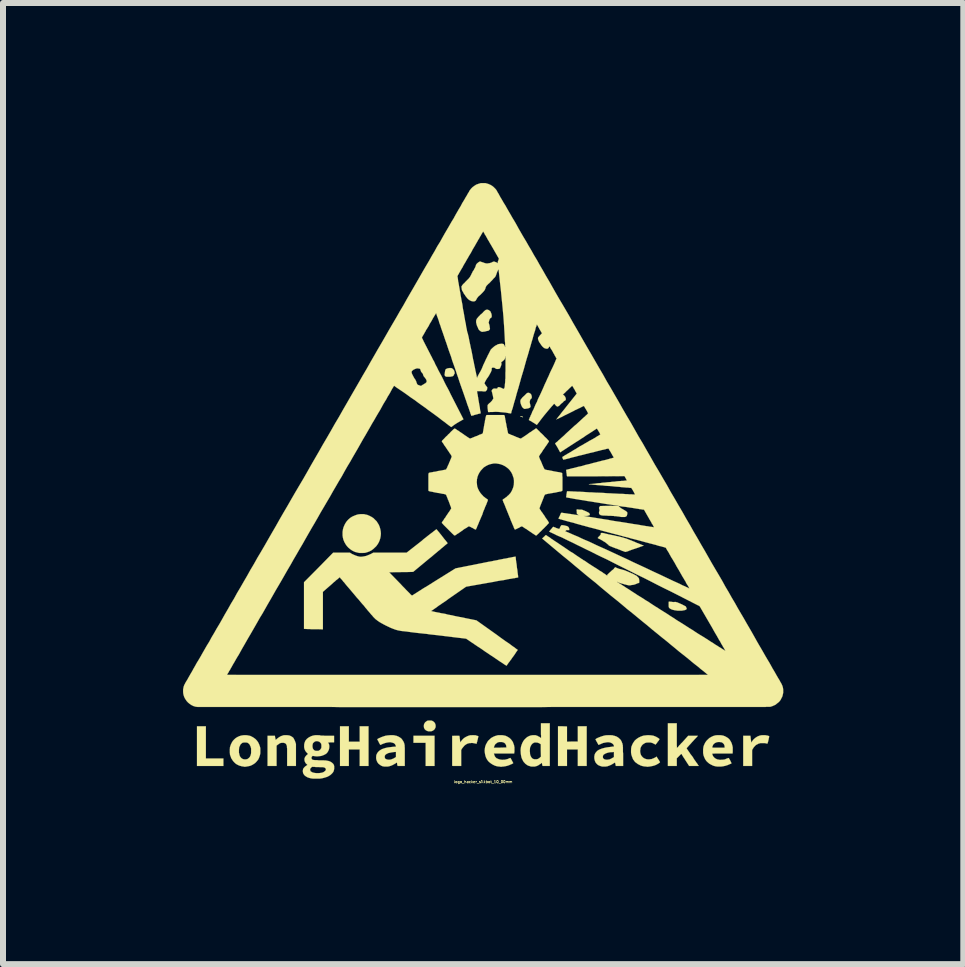
<source format=kicad_pcb>
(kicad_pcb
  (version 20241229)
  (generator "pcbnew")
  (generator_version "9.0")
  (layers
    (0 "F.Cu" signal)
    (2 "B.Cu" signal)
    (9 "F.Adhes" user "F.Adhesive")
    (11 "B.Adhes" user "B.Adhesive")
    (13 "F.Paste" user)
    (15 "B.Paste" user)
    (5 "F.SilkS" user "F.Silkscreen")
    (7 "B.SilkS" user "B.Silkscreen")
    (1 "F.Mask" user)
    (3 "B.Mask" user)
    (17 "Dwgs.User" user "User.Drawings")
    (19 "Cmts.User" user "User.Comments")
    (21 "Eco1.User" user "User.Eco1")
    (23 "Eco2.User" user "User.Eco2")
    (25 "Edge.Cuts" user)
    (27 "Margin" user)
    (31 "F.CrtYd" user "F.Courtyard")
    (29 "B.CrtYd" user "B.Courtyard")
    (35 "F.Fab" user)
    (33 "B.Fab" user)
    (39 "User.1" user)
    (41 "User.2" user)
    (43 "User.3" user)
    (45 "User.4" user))
  (footprint "logo_hacker_silkbot_10_00mm"
    (layer "F.Cu")
    (at 5 4.962)
    (property "Reference" "logo_hacker_silkbot_10_00mm" (at 0 5.014 0) (layer "F.SilkS") (effects (font (size 0.043 0.043) (thickness 0.008))))
    (attr through_hole)
    (fp_poly (pts (xy -4.328 4.75) (xy -4.547 4.75) (xy -4.768 4.75) (xy -4.768 4.42) (xy -4.768 4.089) (xy -4.694 4.089) (xy -4.62 4.089) (xy -4.62 4.356) (xy -4.62 4.625) (xy -4.473 4.625) (xy -4.328 4.625) (xy -4.328 4.686) (xy -4.328 4.75)) (stroke (width 0.003) (type solid)) (fill yes) (layer "F.SilkS"))
    (fp_poly (pts (xy -0.81 4.75) (xy -0.884 4.75) (xy -0.958 4.75) (xy -0.958 4.557) (xy -0.958 4.364) (xy -1.059 4.364) (xy -1.161 4.364) (xy -1.161 4.305) (xy -1.161 4.247) (xy -0.986 4.247) (xy -0.81 4.247) (xy -0.81 4.498) (xy -0.81 4.75)) (stroke (width 0.003) (type solid)) (fill yes) (layer "F.SilkS"))
    (fp_poly (pts (xy 0.663 -1.062) (xy 0.663 -1.059) (xy 0.66 -1.062) (xy 0.655 -1.062) (xy 0.648 -1.064) (xy 0.638 -1.069) (xy 0.615 -1.079) (xy 0.627 -1.079) (xy 0.635 -1.079) (xy 0.645 -1.074) (xy 0.655 -1.072) (xy 0.66 -1.067) (xy 0.663 -1.064) (xy 0.663 -1.062)) (stroke (width 0.003) (type solid)) (fill yes) (layer "F.SilkS"))
    (fp_poly (pts (xy -1.91 4.75) (xy -1.984 4.75) (xy -2.057 4.75) (xy -2.057 4.613) (xy -2.057 4.475) (xy -2.149 4.475) (xy -2.238 4.475) (xy -2.238 4.613) (xy -2.238 4.75) (xy -2.311 4.75) (xy -2.385 4.75) (xy -2.385 4.42) (xy -2.385 4.089) (xy -2.311 4.089) (xy -2.238 4.089) (xy -2.238 4.216) (xy -2.238 4.346) (xy -2.149 4.346) (xy -2.057 4.346) (xy -2.057 4.216) (xy -2.057 4.089) (xy -1.984 4.089) (xy -1.91 4.089) (xy -1.91 4.42) (xy -1.91 4.75)) (stroke (width 0.003) (type solid)) (fill yes) (layer "F.SilkS"))
    (fp_poly (pts (xy 1.725 4.75) (xy 1.651 4.75) (xy 1.577 4.75) (xy 1.577 4.613) (xy 1.577 4.475) (xy 1.488 4.475) (xy 1.397 4.475) (xy 1.397 4.613) (xy 1.397 4.75) (xy 1.321 4.75) (xy 1.247 4.75) (xy 1.247 4.42) (xy 1.247 4.089) (xy 1.321 4.089) (xy 1.397 4.092) (xy 1.397 4.219) (xy 1.397 4.346) (xy 1.486 4.343) (xy 1.577 4.343) (xy 1.577 4.216) (xy 1.577 4.089) (xy 1.651 4.089) (xy 1.725 4.089) (xy 1.725 4.42) (xy 1.725 4.75)) (stroke (width 0.003) (type solid)) (fill yes) (layer "F.SilkS"))
    (fp_poly (pts (xy -0.792 4.094) (xy -0.795 4.11) (xy -0.795 4.112) (xy -0.805 4.13) (xy -0.815 4.145) (xy -0.833 4.158) (xy -0.851 4.168) (xy -0.864 4.171) (xy -0.881 4.173) (xy -0.897 4.173) (xy -0.912 4.173) (xy -0.919 4.171) (xy -0.94 4.163) (xy -0.958 4.153) (xy -0.973 4.138) (xy -0.983 4.12) (xy -0.986 4.11) (xy -0.988 4.094) (xy -0.988 4.077) (xy -0.986 4.061) (xy -0.983 4.051) (xy -0.975 4.036) (xy -0.965 4.021) (xy -0.95 4.011) (xy -0.937 4) (xy -0.93 3.998) (xy -0.925 3.995) (xy -0.917 3.995) (xy -0.909 3.993) (xy -0.899 3.993) (xy -0.892 3.993) (xy -0.876 3.993) (xy -0.869 3.993) (xy -0.861 3.995) (xy -0.856 3.995) (xy -0.848 3.998) (xy -0.846 4) (xy -0.831 4.008) (xy -0.815 4.021) (xy -0.805 4.036) (xy -0.8 4.044) (xy -0.795 4.059) (xy -0.792 4.077) (xy -0.792 4.094)) (stroke (width 0.003) (type solid)) (fill yes) (layer "F.SilkS"))
    (fp_poly (pts (xy -0.475 -1.796) (xy -0.475 -1.788) (xy -0.478 -1.783) (xy -0.48 -1.781) (xy -0.483 -1.775) (xy -0.488 -1.768) (xy -0.488 -1.765) (xy -0.493 -1.758) (xy -0.495 -1.75) (xy -0.5 -1.748) (xy -0.505 -1.745) (xy -0.513 -1.742) (xy -0.526 -1.74) (xy -0.538 -1.737) (xy -0.554 -1.735) (xy -0.569 -1.735) (xy -0.584 -1.735) (xy -0.597 -1.735) (xy -0.607 -1.735) (xy -0.612 -1.735) (xy -0.625 -1.74) (xy -0.635 -1.748) (xy -0.638 -1.753) (xy -0.64 -1.758) (xy -0.643 -1.77) (xy -0.64 -1.786) (xy -0.638 -1.803) (xy -0.635 -1.826) (xy -0.632 -1.839) (xy -0.63 -1.849) (xy -0.625 -1.857) (xy -0.62 -1.862) (xy -0.612 -1.867) (xy -0.605 -1.869) (xy -0.592 -1.875) (xy -0.579 -1.877) (xy -0.564 -1.88) (xy -0.551 -1.88) (xy -0.538 -1.88) (xy -0.533 -1.88) (xy -0.518 -1.875) (xy -0.505 -1.864) (xy -0.493 -1.852) (xy -0.483 -1.836) (xy -0.48 -1.826) (xy -0.478 -1.816) (xy -0.475 -1.806) (xy -0.475 -1.796)) (stroke (width 0.003) (type solid)) (fill yes) (layer "F.SilkS"))
    (fp_poly (pts (xy 3.391 2.129) (xy 3.391 2.136) (xy 3.383 2.141) (xy 3.376 2.146) (xy 3.368 2.151) (xy 3.355 2.154) (xy 3.345 2.156) (xy 3.327 2.159) (xy 3.315 2.162) (xy 3.269 2.162) (xy 3.236 2.162) (xy 3.216 2.159) (xy 3.193 2.156) (xy 3.172 2.151) (xy 3.152 2.146) (xy 3.134 2.139) (xy 3.124 2.134) (xy 3.111 2.126) (xy 3.101 2.118) (xy 3.094 2.106) (xy 3.091 2.093) (xy 3.091 2.08) (xy 3.091 2.07) (xy 3.091 2.055) (xy 3.091 2.04) (xy 3.091 2.037) (xy 3.091 2.027) (xy 3.091 2.019) (xy 3.094 2.014) (xy 3.094 2.012) (xy 3.096 2.012) (xy 3.104 2.012) (xy 3.117 2.014) (xy 3.132 2.014) (xy 3.15 2.017) (xy 3.165 2.019) (xy 3.178 2.019) (xy 3.183 2.019) (xy 3.195 2.017) (xy 3.203 2.017) (xy 3.213 2.019) (xy 3.221 2.022) (xy 3.233 2.024) (xy 3.246 2.029) (xy 3.261 2.037) (xy 3.277 2.042) (xy 3.292 2.05) (xy 3.31 2.057) (xy 3.325 2.065) (xy 3.34 2.073) (xy 3.353 2.08) (xy 3.363 2.085) (xy 3.371 2.088) (xy 3.373 2.09) (xy 3.376 2.095) (xy 3.381 2.101) (xy 3.383 2.108) (xy 3.388 2.121) (xy 3.391 2.129)) (stroke (width 0.003) (type solid)) (fill yes) (layer "F.SilkS"))
    (fp_poly (pts (xy -3.119 4.75) (xy -3.193 4.75) (xy -3.266 4.75) (xy -3.266 4.595) (xy -3.266 4.562) (xy -3.266 4.531) (xy -3.266 4.503) (xy -3.266 4.481) (xy -3.266 4.46) (xy -3.269 4.445) (xy -3.269 4.432) (xy -3.269 4.425) (xy -3.274 4.404) (xy -3.282 4.389) (xy -3.292 4.376) (xy -3.307 4.369) (xy -3.322 4.364) (xy -3.343 4.364) (xy -3.35 4.364) (xy -3.371 4.366) (xy -3.391 4.374) (xy -3.409 4.387) (xy -3.424 4.397) (xy -3.442 4.412) (xy -3.442 4.58) (xy -3.442 4.75) (xy -3.518 4.75) (xy -3.592 4.75) (xy -3.592 4.498) (xy -3.592 4.247) (xy -3.531 4.247) (xy -3.47 4.247) (xy -3.465 4.28) (xy -3.462 4.293) (xy -3.459 4.303) (xy -3.459 4.31) (xy -3.457 4.313) (xy -3.457 4.315) (xy -3.454 4.313) (xy -3.449 4.31) (xy -3.444 4.305) (xy -3.442 4.303) (xy -3.416 4.282) (xy -3.393 4.267) (xy -3.373 4.255) (xy -3.35 4.247) (xy -3.327 4.239) (xy -3.302 4.237) (xy -3.279 4.237) (xy -3.251 4.239) (xy -3.223 4.244) (xy -3.2 4.255) (xy -3.18 4.267) (xy -3.162 4.282) (xy -3.15 4.305) (xy -3.137 4.331) (xy -3.127 4.359) (xy -3.119 4.384) (xy -3.119 4.567) (xy -3.119 4.75)) (stroke (width 0.003) (type solid)) (fill yes) (layer "F.SilkS"))
    (fp_poly (pts (xy 0.81 -1.389) (xy 0.808 -1.379) (xy 0.803 -1.372) (xy 0.8 -1.369) (xy 0.792 -1.364) (xy 0.785 -1.351) (xy 0.78 -1.339) (xy 0.777 -1.326) (xy 0.775 -1.311) (xy 0.777 -1.306) (xy 0.777 -1.298) (xy 0.78 -1.288) (xy 0.782 -1.275) (xy 0.785 -1.27) (xy 0.787 -1.26) (xy 0.787 -1.25) (xy 0.79 -1.242) (xy 0.79 -1.24) (xy 0.787 -1.229) (xy 0.78 -1.222) (xy 0.772 -1.217) (xy 0.765 -1.214) (xy 0.752 -1.209) (xy 0.737 -1.206) (xy 0.721 -1.204) (xy 0.709 -1.201) (xy 0.701 -1.201) (xy 0.686 -1.199) (xy 0.668 -1.212) (xy 0.66 -1.219) (xy 0.655 -1.224) (xy 0.65 -1.232) (xy 0.645 -1.24) (xy 0.64 -1.25) (xy 0.632 -1.27) (xy 0.625 -1.29) (xy 0.622 -1.306) (xy 0.62 -1.321) (xy 0.62 -1.328) (xy 0.622 -1.339) (xy 0.622 -1.349) (xy 0.625 -1.351) (xy 0.63 -1.359) (xy 0.638 -1.369) (xy 0.648 -1.382) (xy 0.658 -1.394) (xy 0.671 -1.405) (xy 0.681 -1.415) (xy 0.686 -1.42) (xy 0.696 -1.427) (xy 0.704 -1.438) (xy 0.714 -1.445) (xy 0.714 -1.448) (xy 0.726 -1.458) (xy 0.739 -1.466) (xy 0.754 -1.468) (xy 0.767 -1.466) (xy 0.777 -1.46) (xy 0.785 -1.455) (xy 0.792 -1.45) (xy 0.798 -1.443) (xy 0.8 -1.438) (xy 0.808 -1.417) (xy 0.81 -1.402) (xy 0.81 -1.389)) (stroke (width 0.003) (type solid)) (fill yes) (layer "F.SilkS"))
    (fp_poly (pts (xy -1.704 0.879) (xy -1.707 0.917) (xy -1.714 0.955) (xy -1.725 0.991) (xy -1.74 1.026) (xy -1.76 1.059) (xy -1.783 1.09) (xy -1.801 1.107) (xy -1.831 1.135) (xy -1.862 1.158) (xy -1.897 1.176) (xy -1.933 1.189) (xy -1.958 1.196) (xy -1.968 1.199) (xy -1.981 1.199) (xy -1.999 1.201) (xy -2.017 1.201) (xy -2.032 1.201) (xy -2.05 1.201) (xy -2.062 1.201) (xy -2.073 1.199) (xy -2.106 1.191) (xy -2.134 1.184) (xy -2.162 1.171) (xy -2.182 1.161) (xy -2.215 1.138) (xy -2.245 1.113) (xy -2.271 1.085) (xy -2.294 1.052) (xy -2.314 1.016) (xy -2.329 0.978) (xy -2.337 0.945) (xy -2.339 0.93) (xy -2.342 0.912) (xy -2.342 0.892) (xy -2.342 0.869) (xy -2.342 0.848) (xy -2.339 0.831) (xy -2.337 0.815) (xy -2.337 0.813) (xy -2.327 0.775) (xy -2.311 0.737) (xy -2.294 0.704) (xy -2.271 0.671) (xy -2.245 0.643) (xy -2.215 0.617) (xy -2.212 0.615) (xy -2.184 0.597) (xy -2.151 0.582) (xy -2.118 0.569) (xy -2.085 0.559) (xy -2.08 0.559) (xy -2.06 0.556) (xy -2.04 0.554) (xy -2.017 0.554) (xy -1.996 0.554) (xy -1.976 0.556) (xy -1.971 0.559) (xy -1.933 0.566) (xy -1.895 0.582) (xy -1.862 0.599) (xy -1.829 0.62) (xy -1.801 0.648) (xy -1.773 0.676) (xy -1.753 0.709) (xy -1.74 0.729) (xy -1.725 0.765) (xy -1.714 0.803) (xy -1.707 0.841) (xy -1.704 0.879)) (stroke (width 0.003) (type solid)) (fill yes) (layer "F.SilkS"))
    (fp_poly (pts (xy 2.403 0.531) (xy 2.403 0.536) (xy 2.4 0.554) (xy 2.398 0.566) (xy 2.395 0.574) (xy 2.393 0.582) (xy 2.39 0.587) (xy 2.385 0.589) (xy 2.38 0.594) (xy 2.375 0.597) (xy 2.367 0.599) (xy 2.36 0.602) (xy 2.349 0.602) (xy 2.339 0.602) (xy 2.324 0.602) (xy 2.306 0.602) (xy 2.286 0.599) (xy 2.263 0.594) (xy 2.258 0.594) (xy 2.238 0.592) (xy 2.22 0.589) (xy 2.205 0.587) (xy 2.187 0.587) (xy 2.172 0.584) (xy 2.151 0.584) (xy 2.129 0.582) (xy 2.121 0.582) (xy 2.088 0.582) (xy 2.06 0.579) (xy 2.037 0.579) (xy 2.019 0.577) (xy 2.004 0.577) (xy 1.991 0.577) (xy 1.981 0.574) (xy 1.974 0.574) (xy 1.966 0.574) (xy 1.963 0.572) (xy 1.958 0.572) (xy 1.956 0.569) (xy 1.943 0.561) (xy 1.935 0.554) (xy 1.933 0.549) (xy 1.93 0.536) (xy 1.93 0.523) (xy 1.933 0.511) (xy 1.935 0.505) (xy 1.938 0.495) (xy 1.938 0.485) (xy 1.935 0.47) (xy 1.933 0.462) (xy 1.93 0.452) (xy 1.933 0.445) (xy 1.935 0.437) (xy 1.943 0.427) (xy 1.951 0.419) (xy 2.047 0.417) (xy 2.088 0.417) (xy 2.126 0.414) (xy 2.156 0.417) (xy 2.187 0.417) (xy 2.2 0.417) (xy 2.256 0.419) (xy 2.271 0.434) (xy 2.281 0.442) (xy 2.289 0.45) (xy 2.299 0.457) (xy 2.309 0.462) (xy 2.322 0.47) (xy 2.344 0.483) (xy 2.362 0.493) (xy 2.377 0.503) (xy 2.388 0.511) (xy 2.395 0.518) (xy 2.4 0.526) (xy 2.403 0.531)) (stroke (width 0.003) (type solid)) (fill yes) (layer "F.SilkS"))
    (fp_poly (pts (xy 4.765 4.257) (xy 4.765 4.265) (xy 4.763 4.275) (xy 4.76 4.288) (xy 4.757 4.3) (xy 4.755 4.315) (xy 4.75 4.331) (xy 4.747 4.346) (xy 4.742 4.359) (xy 4.74 4.369) (xy 4.737 4.374) (xy 4.735 4.379) (xy 4.732 4.376) (xy 4.724 4.376) (xy 4.714 4.374) (xy 4.704 4.371) (xy 4.691 4.369) (xy 4.681 4.369) (xy 4.669 4.369) (xy 4.653 4.369) (xy 4.646 4.369) (xy 4.633 4.369) (xy 4.62 4.369) (xy 4.613 4.371) (xy 4.605 4.374) (xy 4.595 4.376) (xy 4.592 4.376) (xy 4.572 4.387) (xy 4.552 4.397) (xy 4.536 4.409) (xy 4.526 4.42) (xy 4.508 4.44) (xy 4.496 4.46) (xy 4.486 4.475) (xy 4.481 4.491) (xy 4.481 4.62) (xy 4.481 4.75) (xy 4.407 4.75) (xy 4.333 4.75) (xy 4.333 4.498) (xy 4.333 4.247) (xy 4.392 4.247) (xy 4.453 4.247) (xy 4.453 4.255) (xy 4.455 4.26) (xy 4.455 4.27) (xy 4.458 4.282) (xy 4.458 4.295) (xy 4.46 4.31) (xy 4.463 4.328) (xy 4.463 4.341) (xy 4.465 4.351) (xy 4.465 4.356) (xy 4.468 4.359) (xy 4.468 4.356) (xy 4.47 4.356) (xy 4.473 4.351) (xy 4.478 4.343) (xy 4.486 4.333) (xy 4.493 4.323) (xy 4.501 4.313) (xy 4.511 4.303) (xy 4.516 4.298) (xy 4.542 4.277) (xy 4.569 4.26) (xy 4.6 4.247) (xy 4.63 4.239) (xy 4.666 4.237) (xy 4.696 4.237) (xy 4.709 4.239) (xy 4.724 4.242) (xy 4.74 4.244) (xy 4.752 4.249) (xy 4.763 4.252) (xy 4.765 4.255) (xy 4.765 4.257)) (stroke (width 0.003) (type solid)) (fill yes) (layer "F.SilkS"))
    (fp_poly (pts (xy 0.142 -2.741) (xy 0.142 -2.731) (xy 0.137 -2.723) (xy 0.132 -2.718) (xy 0.127 -2.715) (xy 0.119 -2.71) (xy 0.112 -2.7) (xy 0.104 -2.685) (xy 0.099 -2.667) (xy 0.097 -2.657) (xy 0.091 -2.637) (xy 0.102 -2.603) (xy 0.107 -2.581) (xy 0.109 -2.56) (xy 0.112 -2.545) (xy 0.114 -2.535) (xy 0.112 -2.53) (xy 0.109 -2.522) (xy 0.102 -2.515) (xy 0.097 -2.507) (xy 0.091 -2.504) (xy 0.084 -2.502) (xy 0.074 -2.499) (xy 0.061 -2.497) (xy 0.046 -2.494) (xy 0.033 -2.489) (xy 0.02 -2.487) (xy 0.01 -2.487) (xy -0.003 -2.484) (xy -0.015 -2.484) (xy -0.023 -2.484) (xy -0.03 -2.487) (xy -0.038 -2.492) (xy -0.041 -2.492) (xy -0.053 -2.502) (xy -0.064 -2.51) (xy -0.071 -2.517) (xy -0.076 -2.527) (xy -0.084 -2.54) (xy -0.086 -2.55) (xy -0.099 -2.576) (xy -0.107 -2.598) (xy -0.112 -2.619) (xy -0.117 -2.639) (xy -0.117 -2.654) (xy -0.117 -2.67) (xy -0.112 -2.682) (xy -0.112 -2.69) (xy -0.107 -2.695) (xy -0.104 -2.703) (xy -0.099 -2.71) (xy -0.091 -2.718) (xy -0.081 -2.731) (xy -0.071 -2.741) (xy -0.058 -2.753) (xy -0.051 -2.764) (xy -0.041 -2.771) (xy -0.038 -2.774) (xy -0.023 -2.786) (xy -0.013 -2.797) (xy -0.003 -2.804) (xy 0 -2.812) (xy 0.008 -2.817) (xy 0.013 -2.824) (xy 0.028 -2.837) (xy 0.041 -2.847) (xy 0.058 -2.852) (xy 0.074 -2.852) (xy 0.089 -2.847) (xy 0.094 -2.845) (xy 0.104 -2.837) (xy 0.112 -2.832) (xy 0.119 -2.827) (xy 0.122 -2.819) (xy 0.127 -2.807) (xy 0.132 -2.799) (xy 0.137 -2.784) (xy 0.14 -2.771) (xy 0.142 -2.761) (xy 0.142 -2.753) (xy 0.142 -2.741)) (stroke (width 0.003) (type solid)) (fill yes) (layer "F.SilkS"))
    (fp_poly (pts (xy -0.079 4.257) (xy -0.079 4.26) (xy -0.081 4.265) (xy -0.084 4.275) (xy -0.086 4.288) (xy -0.091 4.303) (xy -0.091 4.313) (xy -0.097 4.328) (xy -0.099 4.343) (xy -0.104 4.356) (xy -0.107 4.366) (xy -0.107 4.374) (xy -0.109 4.379) (xy -0.114 4.379) (xy -0.137 4.374) (xy -0.163 4.369) (xy -0.188 4.366) (xy -0.211 4.369) (xy -0.229 4.369) (xy -0.236 4.371) (xy -0.264 4.379) (xy -0.287 4.392) (xy -0.31 4.409) (xy -0.33 4.432) (xy -0.351 4.458) (xy -0.356 4.465) (xy -0.366 4.486) (xy -0.366 4.618) (xy -0.366 4.75) (xy -0.439 4.75) (xy -0.462 4.75) (xy -0.48 4.75) (xy -0.495 4.75) (xy -0.503 4.75) (xy -0.511 4.747) (xy -0.513 4.747) (xy -0.516 4.747) (xy -0.516 4.745) (xy -0.516 4.737) (xy -0.516 4.724) (xy -0.516 4.709) (xy -0.516 4.689) (xy -0.516 4.666) (xy -0.516 4.641) (xy -0.516 4.613) (xy -0.516 4.582) (xy -0.516 4.549) (xy -0.516 4.516) (xy -0.516 4.496) (xy -0.516 4.249) (xy -0.455 4.247) (xy -0.437 4.247) (xy -0.422 4.247) (xy -0.411 4.247) (xy -0.401 4.249) (xy -0.396 4.249) (xy -0.394 4.249) (xy -0.394 4.255) (xy -0.394 4.262) (xy -0.391 4.272) (xy -0.391 4.288) (xy -0.389 4.3) (xy -0.386 4.315) (xy -0.386 4.328) (xy -0.384 4.338) (xy -0.384 4.348) (xy -0.381 4.354) (xy -0.381 4.356) (xy -0.378 4.354) (xy -0.376 4.351) (xy -0.371 4.343) (xy -0.356 4.323) (xy -0.338 4.303) (xy -0.318 4.285) (xy -0.302 4.275) (xy -0.29 4.267) (xy -0.274 4.26) (xy -0.259 4.252) (xy -0.244 4.247) (xy -0.234 4.244) (xy -0.218 4.239) (xy -0.198 4.239) (xy -0.178 4.237) (xy -0.157 4.237) (xy -0.14 4.239) (xy -0.124 4.239) (xy -0.117 4.242) (xy -0.112 4.244) (xy -0.104 4.247) (xy -0.094 4.249) (xy -0.086 4.252) (xy -0.081 4.255) (xy -0.079 4.257)) (stroke (width 0.003) (type solid)) (fill yes) (layer "F.SilkS"))
    (fp_poly (pts (xy 3.592 4.75) (xy 3.589 4.75) (xy 3.581 4.75) (xy 3.571 4.75) (xy 3.559 4.75) (xy 3.541 4.75) (xy 3.523 4.75) (xy 3.513 4.75) (xy 3.432 4.75) (xy 3.368 4.651) (xy 3.355 4.63) (xy 3.343 4.613) (xy 3.332 4.595) (xy 3.322 4.58) (xy 3.315 4.567) (xy 3.31 4.557) (xy 3.305 4.552) (xy 3.302 4.549) (xy 3.294 4.554) (xy 3.287 4.562) (xy 3.277 4.572) (xy 3.264 4.585) (xy 3.226 4.623) (xy 3.226 4.686) (xy 3.226 4.75) (xy 3.152 4.75) (xy 3.078 4.75) (xy 3.078 4.394) (xy 3.078 4.039) (xy 3.152 4.039) (xy 3.226 4.039) (xy 3.226 4.244) (xy 3.226 4.282) (xy 3.226 4.315) (xy 3.226 4.346) (xy 3.226 4.371) (xy 3.226 4.392) (xy 3.226 4.409) (xy 3.228 4.422) (xy 3.228 4.432) (xy 3.228 4.44) (xy 3.228 4.445) (xy 3.228 4.448) (xy 3.228 4.45) (xy 3.231 4.448) (xy 3.236 4.442) (xy 3.246 4.435) (xy 3.256 4.422) (xy 3.266 4.409) (xy 3.282 4.394) (xy 3.297 4.376) (xy 3.315 4.359) (xy 3.325 4.348) (xy 3.416 4.247) (xy 3.495 4.247) (xy 3.515 4.247) (xy 3.533 4.247) (xy 3.548 4.247) (xy 3.561 4.247) (xy 3.571 4.247) (xy 3.576 4.247) (xy 3.576 4.249) (xy 3.574 4.249) (xy 3.571 4.255) (xy 3.564 4.265) (xy 3.553 4.275) (xy 3.541 4.288) (xy 3.526 4.303) (xy 3.51 4.321) (xy 3.495 4.338) (xy 3.482 4.351) (xy 3.465 4.371) (xy 3.449 4.389) (xy 3.434 4.404) (xy 3.421 4.42) (xy 3.409 4.432) (xy 3.401 4.442) (xy 3.393 4.45) (xy 3.391 4.455) (xy 3.391 4.458) (xy 3.396 4.465) (xy 3.401 4.475) (xy 3.411 4.488) (xy 3.421 4.503) (xy 3.434 4.521) (xy 3.447 4.542) (xy 3.462 4.562) (xy 3.48 4.585) (xy 3.493 4.602) (xy 3.508 4.628) (xy 3.523 4.651) (xy 3.538 4.671) (xy 3.551 4.691) (xy 3.564 4.707) (xy 3.574 4.722) (xy 3.581 4.735) (xy 3.586 4.742) (xy 3.592 4.747) (xy 3.592 4.75)) (stroke (width 0.003) (type solid)) (fill yes) (layer "F.SilkS"))
    (fp_poly (pts (xy 2.675 1.077) (xy 2.672 1.079) (xy 2.667 1.082) (xy 2.657 1.085) (xy 2.644 1.09) (xy 2.626 1.095) (xy 2.609 1.102) (xy 2.588 1.11) (xy 2.565 1.118) (xy 2.543 1.125) (xy 2.52 1.133) (xy 2.497 1.14) (xy 2.474 1.148) (xy 2.454 1.156) (xy 2.433 1.163) (xy 2.416 1.171) (xy 2.4 1.176) (xy 2.388 1.179) (xy 2.377 1.181) (xy 2.372 1.184) (xy 2.37 1.184) (xy 2.367 1.184) (xy 2.36 1.181) (xy 2.349 1.176) (xy 2.334 1.171) (xy 2.316 1.166) (xy 2.299 1.158) (xy 2.276 1.148) (xy 2.253 1.14) (xy 2.23 1.13) (xy 2.205 1.123) (xy 2.182 1.113) (xy 2.159 1.105) (xy 2.141 1.097) (xy 2.123 1.09) (xy 2.111 1.085) (xy 2.101 1.079) (xy 2.095 1.077) (xy 2.093 1.074) (xy 2.09 1.072) (xy 2.085 1.064) (xy 2.075 1.057) (xy 2.062 1.046) (xy 2.05 1.036) (xy 2.035 1.024) (xy 2.017 1.013) (xy 1.999 1.003) (xy 1.981 0.991) (xy 1.966 0.983) (xy 1.948 0.973) (xy 1.943 0.97) (xy 1.93 0.965) (xy 1.92 0.96) (xy 1.915 0.955) (xy 1.91 0.953) (xy 1.91 0.95) (xy 1.913 0.945) (xy 1.918 0.94) (xy 1.925 0.93) (xy 1.935 0.922) (xy 1.948 0.907) (xy 1.956 0.897) (xy 1.961 0.889) (xy 1.961 0.881) (xy 1.958 0.879) (xy 1.958 0.876) (xy 1.961 0.874) (xy 1.968 0.869) (xy 1.979 0.866) (xy 1.991 0.869) (xy 2.012 0.871) (xy 2.027 0.876) (xy 2.037 0.879) (xy 2.047 0.881) (xy 2.06 0.884) (xy 2.073 0.886) (xy 2.09 0.892) (xy 2.108 0.894) (xy 2.129 0.899) (xy 2.154 0.904) (xy 2.184 0.909) (xy 2.189 0.912) (xy 2.261 0.927) (xy 2.329 0.945) (xy 2.395 0.965) (xy 2.451 0.988) (xy 2.464 0.991) (xy 2.479 0.998) (xy 2.497 1.006) (xy 2.517 1.013) (xy 2.54 1.024) (xy 2.563 1.034) (xy 2.583 1.041) (xy 2.603 1.049) (xy 2.621 1.057) (xy 2.639 1.064) (xy 2.652 1.069) (xy 2.664 1.074) (xy 2.672 1.077) (xy 2.675 1.077)) (stroke (width 0.003) (type solid)) (fill yes) (layer "F.SilkS"))
    (fp_poly (pts (xy 0.521 4.458) (xy 0.521 4.47) (xy 0.521 4.488) (xy 0.521 4.501) (xy 0.521 4.516) (xy 0.518 4.526) (xy 0.518 4.534) (xy 0.518 4.536) (xy 0.516 4.542) (xy 0.389 4.542) (xy 0.389 4.442) (xy 0.386 4.432) (xy 0.384 4.409) (xy 0.376 4.392) (xy 0.366 4.376) (xy 0.351 4.364) (xy 0.333 4.356) (xy 0.312 4.351) (xy 0.292 4.351) (xy 0.269 4.351) (xy 0.246 4.356) (xy 0.229 4.366) (xy 0.211 4.381) (xy 0.201 4.389) (xy 0.193 4.402) (xy 0.188 4.415) (xy 0.183 4.427) (xy 0.18 4.435) (xy 0.178 4.445) (xy 0.282 4.445) (xy 0.389 4.442) (xy 0.389 4.542) (xy 0.348 4.542) (xy 0.178 4.542) (xy 0.18 4.549) (xy 0.188 4.572) (xy 0.196 4.592) (xy 0.211 4.61) (xy 0.226 4.623) (xy 0.244 4.63) (xy 0.262 4.638) (xy 0.282 4.643) (xy 0.302 4.646) (xy 0.328 4.648) (xy 0.335 4.646) (xy 0.361 4.646) (xy 0.381 4.641) (xy 0.404 4.636) (xy 0.424 4.628) (xy 0.432 4.623) (xy 0.442 4.62) (xy 0.45 4.618) (xy 0.455 4.615) (xy 0.455 4.618) (xy 0.46 4.625) (xy 0.465 4.633) (xy 0.472 4.646) (xy 0.478 4.658) (xy 0.48 4.661) (xy 0.488 4.676) (xy 0.493 4.686) (xy 0.498 4.694) (xy 0.5 4.702) (xy 0.5 4.704) (xy 0.498 4.707) (xy 0.495 4.707) (xy 0.488 4.712) (xy 0.478 4.717) (xy 0.467 4.722) (xy 0.465 4.722) (xy 0.437 4.735) (xy 0.409 4.745) (xy 0.381 4.752) (xy 0.353 4.757) (xy 0.333 4.76) (xy 0.32 4.76) (xy 0.31 4.763) (xy 0.3 4.763) (xy 0.29 4.763) (xy 0.277 4.76) (xy 0.269 4.76) (xy 0.231 4.755) (xy 0.196 4.745) (xy 0.163 4.729) (xy 0.135 4.712) (xy 0.107 4.691) (xy 0.084 4.669) (xy 0.064 4.641) (xy 0.048 4.61) (xy 0.041 4.59) (xy 0.033 4.559) (xy 0.028 4.529) (xy 0.025 4.496) (xy 0.028 4.463) (xy 0.033 4.432) (xy 0.043 4.402) (xy 0.046 4.394) (xy 0.064 4.361) (xy 0.081 4.333) (xy 0.107 4.308) (xy 0.132 4.285) (xy 0.163 4.267) (xy 0.196 4.252) (xy 0.231 4.242) (xy 0.241 4.239) (xy 0.257 4.237) (xy 0.274 4.237) (xy 0.292 4.237) (xy 0.312 4.237) (xy 0.33 4.239) (xy 0.348 4.242) (xy 0.378 4.249) (xy 0.409 4.265) (xy 0.434 4.28) (xy 0.457 4.3) (xy 0.462 4.305) (xy 0.48 4.328) (xy 0.495 4.351) (xy 0.505 4.379) (xy 0.516 4.409) (xy 0.516 4.417) (xy 0.518 4.427) (xy 0.521 4.437) (xy 0.521 4.448) (xy 0.521 4.458)) (stroke (width 0.003) (type solid)) (fill yes) (layer "F.SilkS"))
    (fp_poly (pts (xy 2.946 4.686) (xy 2.946 4.689) (xy 2.941 4.694) (xy 2.934 4.699) (xy 2.924 4.707) (xy 2.911 4.714) (xy 2.898 4.722) (xy 2.896 4.724) (xy 2.86 4.74) (xy 2.824 4.75) (xy 2.786 4.757) (xy 2.771 4.76) (xy 2.758 4.76) (xy 2.748 4.763) (xy 2.738 4.763) (xy 2.731 4.763) (xy 2.72 4.76) (xy 2.682 4.757) (xy 2.649 4.75) (xy 2.619 4.74) (xy 2.611 4.735) (xy 2.596 4.727) (xy 2.578 4.719) (xy 2.563 4.707) (xy 2.548 4.696) (xy 2.54 4.691) (xy 2.527 4.679) (xy 2.515 4.661) (xy 2.502 4.646) (xy 2.492 4.628) (xy 2.492 4.623) (xy 2.479 4.592) (xy 2.469 4.559) (xy 2.464 4.526) (xy 2.464 4.493) (xy 2.466 4.458) (xy 2.471 4.427) (xy 2.484 4.397) (xy 2.489 4.384) (xy 2.507 4.354) (xy 2.527 4.326) (xy 2.553 4.303) (xy 2.583 4.282) (xy 2.616 4.265) (xy 2.649 4.252) (xy 2.675 4.244) (xy 2.697 4.242) (xy 2.72 4.239) (xy 2.748 4.237) (xy 2.753 4.237) (xy 2.784 4.239) (xy 2.814 4.242) (xy 2.84 4.247) (xy 2.865 4.257) (xy 2.888 4.267) (xy 2.898 4.275) (xy 2.911 4.28) (xy 2.921 4.288) (xy 2.931 4.295) (xy 2.936 4.3) (xy 2.939 4.305) (xy 2.936 4.308) (xy 2.931 4.315) (xy 2.926 4.326) (xy 2.918 4.336) (xy 2.908 4.346) (xy 2.901 4.359) (xy 2.893 4.369) (xy 2.885 4.379) (xy 2.878 4.387) (xy 2.875 4.392) (xy 2.873 4.394) (xy 2.87 4.394) (xy 2.865 4.389) (xy 2.857 4.387) (xy 2.855 4.384) (xy 2.845 4.379) (xy 2.832 4.374) (xy 2.819 4.366) (xy 2.807 4.364) (xy 2.799 4.361) (xy 2.789 4.359) (xy 2.779 4.359) (xy 2.766 4.359) (xy 2.741 4.359) (xy 2.715 4.361) (xy 2.695 4.369) (xy 2.675 4.381) (xy 2.657 4.394) (xy 2.642 4.412) (xy 2.631 4.43) (xy 2.621 4.453) (xy 2.619 4.478) (xy 2.616 4.488) (xy 2.616 4.516) (xy 2.621 4.542) (xy 2.629 4.567) (xy 2.642 4.587) (xy 2.659 4.605) (xy 2.677 4.62) (xy 2.7 4.63) (xy 2.715 4.636) (xy 2.728 4.638) (xy 2.746 4.641) (xy 2.764 4.641) (xy 2.784 4.638) (xy 2.799 4.636) (xy 2.804 4.636) (xy 2.819 4.63) (xy 2.837 4.623) (xy 2.855 4.615) (xy 2.873 4.605) (xy 2.878 4.602) (xy 2.883 4.597) (xy 2.888 4.595) (xy 2.891 4.595) (xy 2.891 4.597) (xy 2.896 4.605) (xy 2.901 4.613) (xy 2.908 4.623) (xy 2.916 4.636) (xy 2.924 4.648) (xy 2.931 4.658) (xy 2.936 4.669) (xy 2.944 4.679) (xy 2.946 4.684) (xy 2.946 4.686)) (stroke (width 0.003) (type solid)) (fill yes) (layer "F.SilkS"))
    (fp_poly (pts (xy 1.11 4.75) (xy 1.049 4.75) (xy 1.031 4.75) (xy 1.016 4.75) (xy 1.006 4.75) (xy 0.998 4.75) (xy 0.993 4.75) (xy 0.991 4.747) (xy 0.988 4.747) (xy 0.988 4.745) (xy 0.988 4.742) (xy 0.986 4.735) (xy 0.983 4.724) (xy 0.983 4.719) (xy 0.98 4.709) (xy 0.98 4.702) (xy 0.978 4.699) (xy 0.975 4.699) (xy 0.97 4.702) (xy 0.963 4.709) (xy 0.963 4.595) (xy 0.96 4.491) (xy 0.96 4.389) (xy 0.947 4.379) (xy 0.927 4.369) (xy 0.907 4.361) (xy 0.881 4.359) (xy 0.879 4.359) (xy 0.866 4.359) (xy 0.859 4.359) (xy 0.851 4.361) (xy 0.841 4.364) (xy 0.841 4.366) (xy 0.823 4.376) (xy 0.808 4.392) (xy 0.795 4.412) (xy 0.785 4.435) (xy 0.782 4.442) (xy 0.78 4.453) (xy 0.78 4.468) (xy 0.777 4.486) (xy 0.777 4.503) (xy 0.78 4.524) (xy 0.78 4.539) (xy 0.782 4.554) (xy 0.782 4.559) (xy 0.79 4.582) (xy 0.8 4.6) (xy 0.808 4.613) (xy 0.82 4.625) (xy 0.836 4.633) (xy 0.851 4.638) (xy 0.871 4.638) (xy 0.879 4.638) (xy 0.892 4.638) (xy 0.902 4.636) (xy 0.912 4.633) (xy 0.917 4.63) (xy 0.935 4.62) (xy 0.947 4.608) (xy 0.963 4.595) (xy 0.963 4.709) (xy 0.958 4.714) (xy 0.94 4.724) (xy 0.925 4.735) (xy 0.907 4.745) (xy 0.889 4.752) (xy 0.876 4.755) (xy 0.859 4.76) (xy 0.836 4.76) (xy 0.815 4.76) (xy 0.808 4.76) (xy 0.79 4.757) (xy 0.77 4.75) (xy 0.752 4.745) (xy 0.734 4.735) (xy 0.732 4.735) (xy 0.719 4.724) (xy 0.704 4.714) (xy 0.691 4.699) (xy 0.678 4.686) (xy 0.668 4.671) (xy 0.653 4.643) (xy 0.64 4.613) (xy 0.632 4.577) (xy 0.627 4.542) (xy 0.625 4.506) (xy 0.625 4.47) (xy 0.63 4.435) (xy 0.63 4.432) (xy 0.64 4.399) (xy 0.653 4.366) (xy 0.668 4.338) (xy 0.686 4.313) (xy 0.709 4.29) (xy 0.732 4.27) (xy 0.759 4.255) (xy 0.787 4.244) (xy 0.798 4.242) (xy 0.813 4.239) (xy 0.831 4.237) (xy 0.848 4.237) (xy 0.864 4.237) (xy 0.879 4.239) (xy 0.884 4.242) (xy 0.902 4.247) (xy 0.919 4.257) (xy 0.94 4.267) (xy 0.95 4.275) (xy 0.958 4.28) (xy 0.963 4.285) (xy 0.965 4.288) (xy 0.965 4.282) (xy 0.965 4.277) (xy 0.965 4.267) (xy 0.965 4.255) (xy 0.965 4.249) (xy 0.965 4.239) (xy 0.963 4.224) (xy 0.963 4.206) (xy 0.963 4.186) (xy 0.963 4.163) (xy 0.963 4.14) (xy 0.963 4.128) (xy 0.963 4.039) (xy 1.036 4.039) (xy 1.11 4.039) (xy 1.11 4.394) (xy 1.11 4.75)) (stroke (width 0.003) (type solid)) (fill yes) (layer "F.SilkS"))
    (fp_poly (pts (xy -3.713 4.501) (xy -3.713 4.516) (xy -3.713 4.531) (xy -3.713 4.542) (xy -3.716 4.549) (xy -3.716 4.557) (xy -3.719 4.567) (xy -3.721 4.575) (xy -3.731 4.605) (xy -3.744 4.636) (xy -3.762 4.661) (xy -3.782 4.684) (xy -3.8 4.702) (xy -3.818 4.714) (xy -3.838 4.727) (xy -3.856 4.737) (xy -3.866 4.74) (xy -3.866 4.491) (xy -3.866 4.473) (xy -3.866 4.458) (xy -3.868 4.453) (xy -3.873 4.43) (xy -3.884 4.409) (xy -3.894 4.389) (xy -3.907 4.376) (xy -3.922 4.366) (xy -3.924 4.364) (xy -3.932 4.361) (xy -3.937 4.361) (xy -3.945 4.359) (xy -3.955 4.359) (xy -3.967 4.359) (xy -3.98 4.359) (xy -3.99 4.359) (xy -3.995 4.361) (xy -4.003 4.361) (xy -4.008 4.364) (xy -4.011 4.364) (xy -4.026 4.376) (xy -4.041 4.389) (xy -4.051 4.409) (xy -4.061 4.43) (xy -4.064 4.437) (xy -4.067 4.45) (xy -4.067 4.465) (xy -4.069 4.483) (xy -4.069 4.501) (xy -4.069 4.516) (xy -4.069 4.531) (xy -4.067 4.536) (xy -4.061 4.564) (xy -4.054 4.587) (xy -4.041 4.605) (xy -4.028 4.62) (xy -4.011 4.63) (xy -4.003 4.636) (xy -3.99 4.638) (xy -3.975 4.641) (xy -3.957 4.641) (xy -3.942 4.638) (xy -3.929 4.636) (xy -3.914 4.625) (xy -3.899 4.613) (xy -3.886 4.597) (xy -3.876 4.577) (xy -3.871 4.559) (xy -3.868 4.547) (xy -3.866 4.529) (xy -3.866 4.511) (xy -3.866 4.491) (xy -3.866 4.74) (xy -3.879 4.747) (xy -3.901 4.752) (xy -3.929 4.757) (xy -3.94 4.76) (xy -3.952 4.76) (xy -3.962 4.763) (xy -3.97 4.763) (xy -3.98 4.763) (xy -3.988 4.76) (xy -4.023 4.755) (xy -4.059 4.745) (xy -4.089 4.732) (xy -4.12 4.714) (xy -4.145 4.691) (xy -4.168 4.666) (xy -4.186 4.638) (xy -4.196 4.623) (xy -4.201 4.61) (xy -4.206 4.595) (xy -4.211 4.58) (xy -4.214 4.575) (xy -4.216 4.564) (xy -4.219 4.557) (xy -4.219 4.549) (xy -4.219 4.539) (xy -4.221 4.529) (xy -4.221 4.514) (xy -4.221 4.501) (xy -4.221 4.483) (xy -4.221 4.468) (xy -4.219 4.458) (xy -4.219 4.448) (xy -4.219 4.44) (xy -4.216 4.432) (xy -4.216 4.43) (xy -4.204 4.394) (xy -4.188 4.361) (xy -4.171 4.333) (xy -4.148 4.308) (xy -4.122 4.285) (xy -4.092 4.267) (xy -4.059 4.252) (xy -4.023 4.242) (xy -4.021 4.242) (xy -4 4.239) (xy -3.978 4.237) (xy -3.955 4.237) (xy -3.932 4.239) (xy -3.917 4.242) (xy -3.881 4.249) (xy -3.848 4.265) (xy -3.82 4.282) (xy -3.792 4.303) (xy -3.769 4.328) (xy -3.749 4.356) (xy -3.734 4.387) (xy -3.721 4.422) (xy -3.719 4.43) (xy -3.716 4.437) (xy -3.716 4.445) (xy -3.713 4.455) (xy -3.713 4.465) (xy -3.713 4.478) (xy -3.713 4.493) (xy -3.713 4.501)) (stroke (width 0.003) (type solid)) (fill yes) (layer "F.SilkS"))
    (fp_poly (pts (xy -1.306 4.75) (xy -1.367 4.75) (xy -1.425 4.75) (xy -1.433 4.722) (xy -1.433 4.712) (xy -1.435 4.702) (xy -1.438 4.696) (xy -1.438 4.694) (xy -1.44 4.694) (xy -1.445 4.696) (xy -1.453 4.702) (xy -1.453 4.6) (xy -1.453 4.557) (xy -1.453 4.516) (xy -1.466 4.516) (xy -1.496 4.519) (xy -1.527 4.524) (xy -1.552 4.529) (xy -1.577 4.534) (xy -1.587 4.539) (xy -1.605 4.547) (xy -1.621 4.557) (xy -1.631 4.567) (xy -1.638 4.58) (xy -1.641 4.595) (xy -1.641 4.6) (xy -1.638 4.61) (xy -1.638 4.618) (xy -1.633 4.623) (xy -1.626 4.633) (xy -1.613 4.638) (xy -1.598 4.643) (xy -1.58 4.646) (xy -1.56 4.646) (xy -1.539 4.643) (xy -1.532 4.641) (xy -1.519 4.636) (xy -1.504 4.63) (xy -1.488 4.623) (xy -1.473 4.613) (xy -1.471 4.613) (xy -1.453 4.6) (xy -1.453 4.702) (xy -1.46 4.707) (xy -1.486 4.722) (xy -1.514 4.737) (xy -1.539 4.747) (xy -1.565 4.755) (xy -1.575 4.757) (xy -1.593 4.76) (xy -1.61 4.76) (xy -1.628 4.76) (xy -1.643 4.76) (xy -1.674 4.755) (xy -1.699 4.745) (xy -1.722 4.729) (xy -1.742 4.714) (xy -1.758 4.694) (xy -1.77 4.671) (xy -1.778 4.648) (xy -1.781 4.636) (xy -1.783 4.62) (xy -1.783 4.605) (xy -1.781 4.587) (xy -1.781 4.575) (xy -1.773 4.552) (xy -1.76 4.529) (xy -1.745 4.511) (xy -1.725 4.493) (xy -1.709 4.483) (xy -1.687 4.47) (xy -1.659 4.46) (xy -1.626 4.45) (xy -1.59 4.442) (xy -1.552 4.437) (xy -1.509 4.432) (xy -1.488 4.43) (xy -1.453 4.427) (xy -1.453 4.42) (xy -1.46 4.402) (xy -1.471 4.384) (xy -1.486 4.371) (xy -1.504 4.364) (xy -1.524 4.359) (xy -1.549 4.354) (xy -1.577 4.356) (xy -1.608 4.361) (xy -1.638 4.369) (xy -1.671 4.381) (xy -1.689 4.389) (xy -1.699 4.394) (xy -1.707 4.397) (xy -1.712 4.399) (xy -1.714 4.399) (xy -1.714 4.397) (xy -1.72 4.389) (xy -1.725 4.381) (xy -1.73 4.371) (xy -1.737 4.359) (xy -1.742 4.346) (xy -1.75 4.333) (xy -1.755 4.323) (xy -1.76 4.313) (xy -1.763 4.305) (xy -1.765 4.303) (xy -1.758 4.3) (xy -1.75 4.295) (xy -1.737 4.288) (xy -1.722 4.282) (xy -1.707 4.275) (xy -1.689 4.267) (xy -1.674 4.262) (xy -1.659 4.257) (xy -1.654 4.255) (xy -1.628 4.247) (xy -1.598 4.242) (xy -1.567 4.239) (xy -1.539 4.237) (xy -1.509 4.237) (xy -1.483 4.239) (xy -1.473 4.242) (xy -1.44 4.249) (xy -1.41 4.262) (xy -1.384 4.277) (xy -1.361 4.295) (xy -1.344 4.318) (xy -1.328 4.343) (xy -1.323 4.356) (xy -1.318 4.364) (xy -1.316 4.369) (xy -1.316 4.376) (xy -1.313 4.384) (xy -1.311 4.389) (xy -1.311 4.399) (xy -1.308 4.407) (xy -1.308 4.42) (xy -1.308 4.432) (xy -1.306 4.448) (xy -1.306 4.468) (xy -1.306 4.491) (xy -1.306 4.516) (xy -1.306 4.547) (xy -1.306 4.58) (xy -1.306 4.75)) (stroke (width 0.003) (type solid)) (fill yes) (layer "F.SilkS"))
    (fp_poly (pts (xy 2.332 4.75) (xy 2.271 4.75) (xy 2.21 4.75) (xy 2.205 4.722) (xy 2.202 4.712) (xy 2.2 4.702) (xy 2.197 4.696) (xy 2.197 4.694) (xy 2.195 4.694) (xy 2.189 4.696) (xy 2.182 4.702) (xy 2.179 4.702) (xy 2.179 4.6) (xy 2.179 4.557) (xy 2.179 4.516) (xy 2.156 4.519) (xy 2.118 4.521) (xy 2.088 4.526) (xy 2.06 4.534) (xy 2.04 4.542) (xy 2.022 4.552) (xy 2.007 4.562) (xy 1.999 4.575) (xy 1.996 4.582) (xy 1.994 4.597) (xy 1.996 4.613) (xy 2.002 4.625) (xy 2.012 4.633) (xy 2.019 4.638) (xy 2.035 4.643) (xy 2.052 4.646) (xy 2.07 4.646) (xy 2.09 4.643) (xy 2.106 4.641) (xy 2.123 4.633) (xy 2.139 4.625) (xy 2.156 4.615) (xy 2.167 4.61) (xy 2.179 4.6) (xy 2.179 4.702) (xy 2.172 4.707) (xy 2.139 4.727) (xy 2.106 4.742) (xy 2.07 4.755) (xy 2.037 4.76) (xy 2.004 4.76) (xy 1.989 4.76) (xy 1.966 4.755) (xy 1.943 4.747) (xy 1.92 4.737) (xy 1.902 4.724) (xy 1.892 4.714) (xy 1.875 4.694) (xy 1.864 4.671) (xy 1.857 4.648) (xy 1.852 4.62) (xy 1.852 4.61) (xy 1.854 4.582) (xy 1.859 4.557) (xy 1.869 4.536) (xy 1.885 4.516) (xy 1.902 4.498) (xy 1.928 4.481) (xy 1.935 4.478) (xy 1.958 4.468) (xy 1.986 4.458) (xy 2.017 4.45) (xy 2.052 4.442) (xy 2.088 4.437) (xy 2.129 4.432) (xy 2.159 4.427) (xy 2.169 4.427) (xy 2.177 4.427) (xy 2.179 4.422) (xy 2.179 4.42) (xy 2.179 4.412) (xy 2.177 4.407) (xy 2.169 4.392) (xy 2.156 4.379) (xy 2.141 4.369) (xy 2.123 4.361) (xy 2.103 4.356) (xy 2.08 4.354) (xy 2.055 4.356) (xy 2.029 4.361) (xy 2.002 4.366) (xy 1.994 4.369) (xy 1.981 4.374) (xy 1.966 4.381) (xy 1.953 4.387) (xy 1.946 4.389) (xy 1.935 4.394) (xy 1.928 4.397) (xy 1.923 4.399) (xy 1.92 4.399) (xy 1.92 4.397) (xy 1.918 4.392) (xy 1.913 4.381) (xy 1.905 4.371) (xy 1.9 4.359) (xy 1.892 4.346) (xy 1.885 4.333) (xy 1.88 4.323) (xy 1.875 4.315) (xy 1.872 4.308) (xy 1.872 4.305) (xy 1.875 4.303) (xy 1.88 4.298) (xy 1.887 4.293) (xy 1.9 4.288) (xy 1.902 4.285) (xy 1.946 4.267) (xy 1.989 4.252) (xy 2.027 4.242) (xy 2.047 4.239) (xy 2.062 4.239) (xy 2.08 4.237) (xy 2.101 4.237) (xy 2.121 4.237) (xy 2.139 4.239) (xy 2.156 4.239) (xy 2.162 4.242) (xy 2.192 4.249) (xy 2.223 4.26) (xy 2.248 4.275) (xy 2.271 4.295) (xy 2.291 4.315) (xy 2.306 4.341) (xy 2.316 4.369) (xy 2.322 4.379) (xy 2.322 4.389) (xy 2.324 4.397) (xy 2.327 4.404) (xy 2.327 4.415) (xy 2.327 4.425) (xy 2.329 4.437) (xy 2.329 4.453) (xy 2.329 4.47) (xy 2.329 4.491) (xy 2.329 4.514) (xy 2.332 4.542) (xy 2.332 4.572) (xy 2.332 4.597) (xy 2.332 4.75)) (stroke (width 0.003) (type solid)) (fill yes) (layer "F.SilkS"))
    (fp_poly (pts (xy 4.158 4.473) (xy 4.158 4.488) (xy 4.158 4.503) (xy 4.158 4.516) (xy 4.158 4.526) (xy 4.155 4.531) (xy 4.155 4.542) (xy 4.023 4.542) (xy 4.023 4.445) (xy 4.023 4.435) (xy 4.023 4.422) (xy 4.021 4.409) (xy 4.016 4.399) (xy 4.013 4.389) (xy 4.008 4.384) (xy 4.003 4.376) (xy 3.998 4.374) (xy 3.988 4.364) (xy 3.975 4.356) (xy 3.96 4.354) (xy 3.942 4.351) (xy 3.934 4.351) (xy 3.914 4.351) (xy 3.896 4.354) (xy 3.881 4.359) (xy 3.871 4.364) (xy 3.861 4.369) (xy 3.848 4.379) (xy 3.838 4.389) (xy 3.83 4.399) (xy 3.83 4.402) (xy 3.828 4.407) (xy 3.823 4.417) (xy 3.82 4.427) (xy 3.815 4.435) (xy 3.815 4.44) (xy 3.815 4.442) (xy 3.818 4.442) (xy 3.823 4.442) (xy 3.835 4.445) (xy 3.848 4.445) (xy 3.866 4.445) (xy 3.886 4.445) (xy 3.907 4.445) (xy 3.919 4.445) (xy 4.023 4.445) (xy 4.023 4.542) (xy 3.985 4.542) (xy 3.952 4.542) (xy 3.922 4.542) (xy 3.899 4.542) (xy 3.879 4.542) (xy 3.861 4.542) (xy 3.846 4.544) (xy 3.835 4.544) (xy 3.828 4.544) (xy 3.823 4.544) (xy 3.82 4.544) (xy 3.818 4.544) (xy 3.818 4.547) (xy 3.818 4.552) (xy 3.82 4.562) (xy 3.825 4.572) (xy 3.828 4.582) (xy 3.833 4.59) (xy 3.846 4.605) (xy 3.861 4.62) (xy 3.879 4.63) (xy 3.901 4.641) (xy 3.919 4.643) (xy 3.932 4.646) (xy 3.942 4.648) (xy 3.957 4.648) (xy 3.973 4.646) (xy 3.975 4.646) (xy 3.995 4.646) (xy 4.011 4.643) (xy 4.028 4.641) (xy 4.044 4.633) (xy 4.064 4.625) (xy 4.067 4.625) (xy 4.077 4.62) (xy 4.084 4.618) (xy 4.092 4.618) (xy 4.094 4.62) (xy 4.097 4.625) (xy 4.102 4.636) (xy 4.11 4.646) (xy 4.117 4.661) (xy 4.125 4.676) (xy 4.13 4.689) (xy 4.135 4.696) (xy 4.138 4.702) (xy 4.138 4.704) (xy 4.138 4.707) (xy 4.133 4.707) (xy 4.128 4.712) (xy 4.117 4.717) (xy 4.11 4.719) (xy 4.074 4.735) (xy 4.036 4.747) (xy 3.998 4.755) (xy 3.96 4.76) (xy 3.924 4.76) (xy 3.907 4.76) (xy 3.868 4.755) (xy 3.833 4.745) (xy 3.8 4.729) (xy 3.769 4.712) (xy 3.744 4.691) (xy 3.721 4.669) (xy 3.701 4.641) (xy 3.686 4.61) (xy 3.673 4.577) (xy 3.668 4.552) (xy 3.665 4.534) (xy 3.665 4.511) (xy 3.665 4.491) (xy 3.665 4.468) (xy 3.668 4.453) (xy 3.673 4.42) (xy 3.686 4.389) (xy 3.701 4.359) (xy 3.721 4.331) (xy 3.744 4.308) (xy 3.769 4.285) (xy 3.8 4.267) (xy 3.83 4.252) (xy 3.863 4.242) (xy 3.879 4.239) (xy 3.889 4.239) (xy 3.904 4.237) (xy 3.919 4.237) (xy 3.934 4.237) (xy 3.95 4.237) (xy 3.962 4.239) (xy 3.967 4.239) (xy 3.998 4.244) (xy 4.028 4.255) (xy 4.056 4.27) (xy 4.079 4.285) (xy 4.102 4.305) (xy 4.107 4.313) (xy 4.117 4.328) (xy 4.128 4.346) (xy 4.138 4.366) (xy 4.145 4.387) (xy 4.15 4.404) (xy 4.153 4.415) (xy 4.155 4.422) (xy 4.155 4.43) (xy 4.158 4.44) (xy 4.158 4.453) (xy 4.158 4.468) (xy 4.158 4.473)) (stroke (width 0.003) (type solid)) (fill yes) (layer "F.SilkS"))
    (fp_poly (pts (xy -2.482 4.773) (xy -2.482 4.798) (xy -2.487 4.821) (xy -2.492 4.839) (xy -2.504 4.859) (xy -2.52 4.877) (xy -2.525 4.882) (xy -2.545 4.9) (xy -2.568 4.915) (xy -2.596 4.93) (xy -2.621 4.938) (xy -2.621 4.803) (xy -2.626 4.79) (xy -2.634 4.783) (xy -2.647 4.775) (xy -2.652 4.773) (xy -2.659 4.773) (xy -2.672 4.77) (xy -2.69 4.77) (xy -2.713 4.77) (xy -2.741 4.768) (xy -2.753 4.768) (xy -2.774 4.768) (xy -2.791 4.768) (xy -2.809 4.765) (xy -2.822 4.765) (xy -2.835 4.765) (xy -2.842 4.765) (xy -2.845 4.763) (xy -2.847 4.763) (xy -2.852 4.765) (xy -2.857 4.77) (xy -2.863 4.775) (xy -2.875 4.788) (xy -2.883 4.801) (xy -2.883 4.813) (xy -2.88 4.826) (xy -2.875 4.839) (xy -2.863 4.846) (xy -2.847 4.856) (xy -2.827 4.862) (xy -2.804 4.867) (xy -2.799 4.867) (xy -2.786 4.869) (xy -2.769 4.869) (xy -2.751 4.869) (xy -2.733 4.869) (xy -2.715 4.867) (xy -2.7 4.864) (xy -2.695 4.864) (xy -2.675 4.859) (xy -2.657 4.851) (xy -2.644 4.841) (xy -2.631 4.831) (xy -2.624 4.821) (xy -2.621 4.816) (xy -2.621 4.803) (xy -2.621 4.938) (xy -2.626 4.94) (xy -2.662 4.95) (xy -2.687 4.956) (xy -2.705 4.958) (xy -2.723 4.961) (xy -2.746 4.961) (xy -2.769 4.961) (xy -2.791 4.961) (xy -2.812 4.961) (xy -2.83 4.961) (xy -2.832 4.961) (xy -2.87 4.956) (xy -2.901 4.948) (xy -2.929 4.938) (xy -2.951 4.925) (xy -2.972 4.91) (xy -2.987 4.892) (xy -2.997 4.874) (xy -3 4.872) (xy -3.002 4.854) (xy -3.005 4.834) (xy -3.002 4.816) (xy -3 4.801) (xy -2.992 4.788) (xy -2.982 4.775) (xy -2.967 4.76) (xy -2.954 4.75) (xy -2.946 4.745) (xy -2.939 4.74) (xy -2.931 4.735) (xy -2.929 4.732) (xy -2.931 4.729) (xy -2.936 4.724) (xy -2.941 4.719) (xy -2.957 4.704) (xy -2.967 4.686) (xy -2.974 4.669) (xy -2.977 4.648) (xy -2.977 4.628) (xy -2.972 4.613) (xy -2.967 4.602) (xy -2.957 4.587) (xy -2.946 4.575) (xy -2.936 4.564) (xy -2.931 4.562) (xy -2.926 4.557) (xy -2.921 4.552) (xy -2.918 4.549) (xy -2.921 4.547) (xy -2.926 4.542) (xy -2.931 4.536) (xy -2.936 4.531) (xy -2.954 4.511) (xy -2.967 4.491) (xy -2.977 4.465) (xy -2.982 4.44) (xy -2.982 4.427) (xy -2.982 4.397) (xy -2.977 4.369) (xy -2.967 4.341) (xy -2.954 4.318) (xy -2.936 4.298) (xy -2.913 4.28) (xy -2.888 4.265) (xy -2.86 4.252) (xy -2.827 4.242) (xy -2.822 4.242) (xy -2.807 4.239) (xy -2.791 4.237) (xy -2.771 4.237) (xy -2.753 4.237) (xy -2.736 4.239) (xy -2.72 4.239) (xy -2.715 4.242) (xy -2.71 4.242) (xy -2.705 4.244) (xy -2.697 4.244) (xy -2.69 4.244) (xy -2.677 4.244) (xy -2.662 4.244) (xy -2.644 4.247) (xy -2.621 4.247) (xy -2.596 4.247) (xy -2.591 4.247) (xy -2.484 4.247) (xy -2.484 4.303) (xy -2.484 4.356) (xy -2.535 4.356) (xy -2.55 4.356) (xy -2.563 4.359) (xy -2.573 4.359) (xy -2.581 4.359) (xy -2.583 4.359) (xy -2.576 4.374) (xy -2.57 4.384) (xy -2.568 4.392) (xy -2.565 4.399) (xy -2.565 4.407) (xy -2.563 4.417) (xy -2.563 4.42) (xy -2.565 4.45) (xy -2.57 4.475) (xy -2.581 4.501) (xy -2.593 4.521) (xy -2.611 4.542) (xy -2.634 4.557) (xy -2.659 4.569) (xy -2.69 4.58) (xy -2.692 4.582) (xy -2.695 4.582) (xy -2.695 4.42) (xy -2.695 4.402) (xy -2.697 4.389) (xy -2.7 4.376) (xy -2.708 4.369) (xy -2.715 4.359) (xy -2.731 4.346) (xy -2.746 4.341) (xy -2.766 4.336) (xy -2.769 4.336) (xy -2.789 4.338) (xy -2.804 4.343) (xy -2.817 4.354) (xy -2.824 4.359) (xy -2.835 4.371) (xy -2.84 4.384) (xy -2.842 4.399) (xy -2.845 4.42) (xy -2.842 4.44) (xy -2.837 4.46) (xy -2.827 4.475) (xy -2.817 4.486) (xy -2.799 4.496) (xy -2.797 4.496) (xy -2.786 4.498) (xy -2.776 4.498) (xy -2.761 4.498) (xy -2.748 4.498) (xy -2.738 4.496) (xy -2.736 4.493) (xy -2.72 4.483) (xy -2.708 4.47) (xy -2.703 4.46) (xy -2.697 4.453) (xy -2.697 4.448) (xy -2.695 4.44) (xy -2.695 4.432) (xy -2.695 4.42) (xy -2.695 4.582) (xy -2.713 4.585) (xy -2.736 4.587) (xy -2.758 4.59) (xy -2.781 4.59) (xy -2.802 4.587) (xy -2.817 4.585) (xy -2.84 4.582) (xy -2.847 4.587) (xy -2.855 4.597) (xy -2.86 4.608) (xy -2.86 4.62) (xy -2.857 4.63) (xy -2.852 4.638) (xy -2.847 4.643) (xy -2.842 4.646) (xy -2.837 4.648) (xy -2.832 4.648) (xy -2.824 4.651) (xy -2.814 4.651) (xy -2.802 4.653) (xy -2.786 4.653) (xy -2.766 4.653) (xy -2.743 4.656) (xy -2.725 4.656) (xy -2.703 4.656) (xy -2.682 4.656) (xy -2.662 4.656) (xy -2.644 4.658) (xy -2.629 4.658) (xy -2.619 4.658) (xy -2.611 4.661) (xy -2.581 4.666) (xy -2.555 4.674) (xy -2.532 4.686) (xy -2.515 4.699) (xy -2.499 4.714) (xy -2.489 4.729) (xy -2.487 4.737) (xy -2.484 4.745) (xy -2.482 4.752) (xy -2.482 4.76) (xy -2.482 4.773)) (stroke (width 0.003) (type solid)) (fill yes) (layer "F.SilkS"))
    (fp_poly (pts (xy 0.584 1.608) (xy 0.582 1.61) (xy 0.574 1.61) (xy 0.561 1.613) (xy 0.546 1.615) (xy 0.526 1.621) (xy 0.503 1.623) (xy 0.478 1.628) (xy 0.447 1.633) (xy 0.414 1.638) (xy 0.378 1.646) (xy 0.34 1.654) (xy 0.3 1.659) (xy 0.257 1.666) (xy 0.213 1.674) (xy 0.168 1.684) (xy 0.147 1.687) (xy -0.284 1.763) (xy -0.577 1.966) (xy -0.61 1.991) (xy -0.643 2.014) (xy -0.676 2.035) (xy -0.706 2.057) (xy -0.734 2.075) (xy -0.759 2.093) (xy -0.782 2.111) (xy -0.805 2.126) (xy -0.823 2.139) (xy -0.838 2.149) (xy -0.851 2.159) (xy -0.861 2.164) (xy -0.866 2.169) (xy -0.864 2.169) (xy -0.856 2.172) (xy -0.846 2.174) (xy -0.831 2.177) (xy -0.81 2.182) (xy -0.787 2.187) (xy -0.762 2.192) (xy -0.732 2.197) (xy -0.699 2.205) (xy -0.665 2.21) (xy -0.627 2.217) (xy -0.589 2.228) (xy -0.549 2.235) (xy -0.505 2.243) (xy -0.49 2.248) (xy -0.112 2.324) (xy 0.231 2.568) (xy 0.282 2.606) (xy 0.328 2.639) (xy 0.371 2.67) (xy 0.409 2.695) (xy 0.445 2.72) (xy 0.475 2.743) (xy 0.5 2.761) (xy 0.523 2.776) (xy 0.541 2.791) (xy 0.556 2.802) (xy 0.566 2.809) (xy 0.574 2.814) (xy 0.577 2.817) (xy 0.574 2.819) (xy 0.569 2.827) (xy 0.564 2.835) (xy 0.554 2.847) (xy 0.544 2.863) (xy 0.533 2.88) (xy 0.521 2.898) (xy 0.508 2.916) (xy 0.493 2.936) (xy 0.478 2.957) (xy 0.465 2.977) (xy 0.45 2.995) (xy 0.437 3.015) (xy 0.424 3.03) (xy 0.414 3.045) (xy 0.404 3.058) (xy 0.399 3.068) (xy 0.391 3.076) (xy 0.389 3.081) (xy 0.386 3.078) (xy 0.381 3.076) (xy 0.371 3.068) (xy 0.358 3.061) (xy 0.343 3.051) (xy 0.325 3.038) (xy 0.305 3.025) (xy 0.284 3.012) (xy 0.262 2.997) (xy 0.251 2.99) (xy 0.229 2.974) (xy 0.203 2.957) (xy 0.173 2.936) (xy 0.142 2.916) (xy 0.107 2.893) (xy 0.074 2.87) (xy 0.038 2.847) (xy 0.003 2.822) (xy -0.03 2.799) (xy -0.064 2.776) (xy -0.084 2.764) (xy -0.284 2.629) (xy -0.836 2.563) (xy -0.886 2.558) (xy -0.937 2.55) (xy -0.988 2.545) (xy -1.034 2.54) (xy -1.082 2.535) (xy -1.125 2.53) (xy -1.166 2.525) (xy -1.206 2.52) (xy -1.242 2.515) (xy -1.275 2.51) (xy -1.306 2.507) (xy -1.331 2.504) (xy -1.354 2.502) (xy -1.372 2.499) (xy -1.387 2.497) (xy -1.397 2.494) (xy -1.402 2.494) (xy -1.433 2.487) (xy -1.466 2.477) (xy -1.501 2.464) (xy -1.539 2.449) (xy -1.577 2.431) (xy -1.615 2.413) (xy -1.654 2.393) (xy -1.692 2.372) (xy -1.727 2.352) (xy -1.76 2.329) (xy -1.786 2.309) (xy -1.788 2.306) (xy -1.791 2.306) (xy -1.793 2.304) (xy -1.798 2.299) (xy -1.801 2.296) (xy -1.806 2.291) (xy -1.811 2.286) (xy -1.816 2.281) (xy -1.824 2.273) (xy -1.831 2.266) (xy -1.839 2.256) (xy -1.849 2.243) (xy -1.862 2.23) (xy -1.875 2.215) (xy -1.887 2.2) (xy -1.905 2.179) (xy -1.923 2.159) (xy -1.941 2.136) (xy -1.963 2.111) (xy -1.986 2.08) (xy -2.014 2.05) (xy -2.042 2.017) (xy -2.073 1.979) (xy -2.108 1.941) (xy -2.144 1.897) (xy -2.182 1.852) (xy -2.225 1.801) (xy -2.271 1.748) (xy -2.299 1.714) (xy -2.314 1.694) (xy -2.332 1.676) (xy -2.344 1.659) (xy -2.357 1.643) (xy -2.37 1.631) (xy -2.38 1.618) (xy -2.385 1.61) (xy -2.39 1.608) (xy -2.39 1.605) (xy -2.393 1.608) (xy -2.398 1.613) (xy -2.408 1.621) (xy -2.418 1.631) (xy -2.433 1.643) (xy -2.451 1.656) (xy -2.469 1.674) (xy -2.489 1.689) (xy -2.51 1.709) (xy -2.53 1.727) (xy -2.67 1.849) (xy -2.67 2.162) (xy -2.67 2.474) (xy -2.761 2.471) (xy -2.786 2.471) (xy -2.812 2.471) (xy -2.84 2.471) (xy -2.865 2.471) (xy -2.888 2.469) (xy -2.911 2.469) (xy -2.918 2.469) (xy -2.985 2.466) (xy -2.985 2.078) (xy -2.985 1.689) (xy -2.741 1.443) (xy -2.499 1.196) (xy -2.36 1.196) (xy -2.22 1.196) (xy -2.187 1.217) (xy -2.154 1.232) (xy -2.123 1.245) (xy -2.093 1.255) (xy -2.065 1.262) (xy -2.037 1.265) (xy -2.009 1.262) (xy -1.979 1.257) (xy -1.948 1.25) (xy -1.915 1.237) (xy -1.88 1.222) (xy -1.859 1.212) (xy -1.831 1.196) (xy -1.552 1.196) (xy -1.275 1.196) (xy -1.026 1.001) (xy -0.991 0.97) (xy -0.958 0.945) (xy -0.93 0.922) (xy -0.904 0.902) (xy -0.881 0.884) (xy -0.861 0.869) (xy -0.843 0.856) (xy -0.828 0.843) (xy -0.818 0.836) (xy -0.808 0.828) (xy -0.798 0.82) (xy -0.792 0.815) (xy -0.787 0.813) (xy -0.782 0.81) (xy -0.78 0.808) (xy -0.777 0.808) (xy -0.775 0.808) (xy -0.772 0.81) (xy -0.767 0.818) (xy -0.759 0.828) (xy -0.749 0.841) (xy -0.737 0.853) (xy -0.724 0.871) (xy -0.709 0.889) (xy -0.693 0.909) (xy -0.681 0.925) (xy -0.665 0.945) (xy -0.65 0.965) (xy -0.635 0.983) (xy -0.622 0.998) (xy -0.612 1.011) (xy -0.602 1.024) (xy -0.597 1.031) (xy -0.592 1.036) (xy -0.592 1.039) (xy -0.599 1.044) (xy -0.607 1.052) (xy -0.62 1.062) (xy -0.635 1.074) (xy -0.653 1.09) (xy -0.673 1.107) (xy -0.696 1.125) (xy -0.721 1.148) (xy -0.747 1.168) (xy -0.777 1.194) (xy -0.808 1.219) (xy -0.838 1.245) (xy -0.871 1.273) (xy -0.879 1.278) (xy -1.166 1.516) (xy -1.267 1.519) (xy -1.295 1.519) (xy -1.326 1.519) (xy -1.359 1.519) (xy -1.392 1.521) (xy -1.422 1.521) (xy -1.453 1.521) (xy -1.466 1.521) (xy -1.565 1.524) (xy -1.377 1.717) (xy -1.344 1.753) (xy -1.311 1.786) (xy -1.285 1.814) (xy -1.26 1.839) (xy -1.24 1.859) (xy -1.222 1.877) (xy -1.209 1.892) (xy -1.196 1.902) (xy -1.191 1.908) (xy -1.186 1.91) (xy -1.184 1.91) (xy -1.176 1.905) (xy -1.166 1.9) (xy -1.153 1.89) (xy -1.135 1.88) (xy -1.115 1.867) (xy -1.092 1.852) (xy -1.067 1.836) (xy -1.039 1.819) (xy -1.008 1.798) (xy -0.975 1.778) (xy -0.94 1.758) (xy -0.904 1.735) (xy -0.866 1.712) (xy -0.828 1.687) (xy -0.823 1.684) (xy -0.46 1.458) (xy 0.038 1.359) (xy 0.086 1.349) (xy 0.135 1.341) (xy 0.18 1.331) (xy 0.226 1.323) (xy 0.269 1.313) (xy 0.307 1.306) (xy 0.345 1.298) (xy 0.381 1.293) (xy 0.414 1.285) (xy 0.442 1.28) (xy 0.47 1.275) (xy 0.49 1.27) (xy 0.508 1.267) (xy 0.523 1.265) (xy 0.533 1.262) (xy 0.538 1.262) (xy 0.541 1.265) (xy 0.541 1.273) (xy 0.544 1.283) (xy 0.544 1.298) (xy 0.546 1.316) (xy 0.549 1.336) (xy 0.551 1.356) (xy 0.556 1.382) (xy 0.559 1.405) (xy 0.561 1.43) (xy 0.564 1.455) (xy 0.569 1.481) (xy 0.572 1.506) (xy 0.574 1.529) (xy 0.577 1.549) (xy 0.579 1.567) (xy 0.582 1.582) (xy 0.582 1.595) (xy 0.582 1.605) (xy 0.584 1.608)) (stroke (width 0.003) (type solid)) (fill yes) (layer "F.SilkS"))
    (fp_poly (pts (xy 1.321 0.16) (xy 1.313 0.168) (xy 1.311 0.17) (xy 1.308 0.17) (xy 1.303 0.173) (xy 1.295 0.175) (xy 1.288 0.178) (xy 1.275 0.178) (xy 1.26 0.183) (xy 1.242 0.185) (xy 1.219 0.191) (xy 1.194 0.196) (xy 1.176 0.198) (xy 1.153 0.203) (xy 1.128 0.206) (xy 1.105 0.211) (xy 1.087 0.213) (xy 1.069 0.218) (xy 1.054 0.221) (xy 1.044 0.224) (xy 1.039 0.224) (xy 1.031 0.229) (xy 1.026 0.234) (xy 1.024 0.239) (xy 1.019 0.249) (xy 1.013 0.262) (xy 1.008 0.277) (xy 1.001 0.295) (xy 0.993 0.315) (xy 0.986 0.333) (xy 0.978 0.353) (xy 0.97 0.373) (xy 0.963 0.391) (xy 0.955 0.409) (xy 0.95 0.424) (xy 0.945 0.437) (xy 0.942 0.447) (xy 0.94 0.455) (xy 0.94 0.457) (xy 0.94 0.46) (xy 0.94 0.462) (xy 0.942 0.467) (xy 0.945 0.472) (xy 0.95 0.48) (xy 0.958 0.49) (xy 0.965 0.503) (xy 0.975 0.518) (xy 0.988 0.533) (xy 1.001 0.554) (xy 1.016 0.574) (xy 1.029 0.594) (xy 1.041 0.615) (xy 1.054 0.632) (xy 1.067 0.65) (xy 1.077 0.665) (xy 1.085 0.678) (xy 1.09 0.688) (xy 1.095 0.693) (xy 1.095 0.696) (xy 1.095 0.699) (xy 1.095 0.701) (xy 1.092 0.704) (xy 1.09 0.709) (xy 1.085 0.714) (xy 1.077 0.721) (xy 1.067 0.732) (xy 1.057 0.744) (xy 1.041 0.759) (xy 1.024 0.777) (xy 1.003 0.798) (xy 0.996 0.803) (xy 0.978 0.823) (xy 0.96 0.841) (xy 0.942 0.856) (xy 0.93 0.871) (xy 0.914 0.884) (xy 0.904 0.894) (xy 0.897 0.902) (xy 0.892 0.907) (xy 0.889 0.909) (xy 0.881 0.909) (xy 0.879 0.909) (xy 0.874 0.909) (xy 0.869 0.904) (xy 0.859 0.897) (xy 0.846 0.889) (xy 0.831 0.879) (xy 0.815 0.869) (xy 0.798 0.856) (xy 0.792 0.853) (xy 0.775 0.841) (xy 0.759 0.831) (xy 0.744 0.82) (xy 0.732 0.813) (xy 0.724 0.805) (xy 0.716 0.8) (xy 0.714 0.8) (xy 0.711 0.798) (xy 0.704 0.795) (xy 0.696 0.79) (xy 0.686 0.782) (xy 0.681 0.78) (xy 0.668 0.77) (xy 0.655 0.762) (xy 0.648 0.759) (xy 0.645 0.759) (xy 0.64 0.759) (xy 0.632 0.762) (xy 0.62 0.767) (xy 0.607 0.775) (xy 0.605 0.777) (xy 0.584 0.787) (xy 0.566 0.795) (xy 0.551 0.803) (xy 0.541 0.808) (xy 0.533 0.81) (xy 0.531 0.81) (xy 0.526 0.808) (xy 0.523 0.803) (xy 0.521 0.8) (xy 0.518 0.792) (xy 0.513 0.782) (xy 0.508 0.77) (xy 0.503 0.754) (xy 0.495 0.739) (xy 0.488 0.721) (xy 0.48 0.704) (xy 0.475 0.688) (xy 0.467 0.673) (xy 0.462 0.66) (xy 0.457 0.65) (xy 0.455 0.643) (xy 0.455 0.638) (xy 0.452 0.635) (xy 0.45 0.63) (xy 0.447 0.617) (xy 0.439 0.605) (xy 0.434 0.587) (xy 0.424 0.566) (xy 0.417 0.546) (xy 0.406 0.521) (xy 0.396 0.495) (xy 0.389 0.478) (xy 0.376 0.447) (xy 0.366 0.419) (xy 0.356 0.396) (xy 0.348 0.376) (xy 0.34 0.361) (xy 0.335 0.348) (xy 0.333 0.338) (xy 0.328 0.33) (xy 0.328 0.323) (xy 0.325 0.32) (xy 0.325 0.318) (xy 0.325 0.315) (xy 0.33 0.31) (xy 0.335 0.305) (xy 0.34 0.302) (xy 0.356 0.292) (xy 0.373 0.279) (xy 0.391 0.267) (xy 0.406 0.251) (xy 0.422 0.239) (xy 0.429 0.231) (xy 0.455 0.203) (xy 0.475 0.17) (xy 0.49 0.137) (xy 0.503 0.102) (xy 0.511 0.064) (xy 0.513 0.028) (xy 0.513 -0.008) (xy 0.508 -0.046) (xy 0.495 -0.081) (xy 0.488 -0.104) (xy 0.47 -0.14) (xy 0.447 -0.173) (xy 0.422 -0.201) (xy 0.391 -0.226) (xy 0.361 -0.246) (xy 0.325 -0.264) (xy 0.29 -0.277) (xy 0.257 -0.284) (xy 0.239 -0.287) (xy 0.218 -0.29) (xy 0.198 -0.29) (xy 0.175 -0.29) (xy 0.157 -0.287) (xy 0.147 -0.284) (xy 0.112 -0.277) (xy 0.074 -0.262) (xy 0.041 -0.244) (xy 0.01 -0.224) (xy -0.015 -0.198) (xy -0.041 -0.17) (xy -0.061 -0.14) (xy -0.079 -0.107) (xy -0.094 -0.069) (xy -0.102 -0.03) (xy -0.104 -0.025) (xy -0.104 -0.003) (xy -0.107 0.02) (xy -0.104 0.046) (xy -0.102 0.071) (xy -0.099 0.094) (xy -0.086 0.13) (xy -0.069 0.165) (xy -0.048 0.198) (xy -0.023 0.229) (xy -0.02 0.231) (xy -0.008 0.244) (xy 0.005 0.259) (xy 0.023 0.272) (xy 0.041 0.287) (xy 0.056 0.297) (xy 0.064 0.302) (xy 0.071 0.307) (xy 0.076 0.312) (xy 0.079 0.315) (xy 0.079 0.318) (xy 0.079 0.32) (xy 0.076 0.325) (xy 0.076 0.33) (xy 0.074 0.338) (xy 0.069 0.348) (xy 0.064 0.361) (xy 0.058 0.376) (xy 0.051 0.396) (xy 0.041 0.417) (xy 0.03 0.442) (xy 0.02 0.47) (xy 0.005 0.503) (xy -0.008 0.541) (xy -0.015 0.564) (xy -0.03 0.597) (xy -0.043 0.627) (xy -0.056 0.658) (xy -0.069 0.688) (xy -0.079 0.714) (xy -0.089 0.737) (xy -0.099 0.757) (xy -0.104 0.775) (xy -0.112 0.79) (xy -0.117 0.8) (xy -0.119 0.808) (xy -0.122 0.81) (xy -0.124 0.81) (xy -0.127 0.81) (xy -0.13 0.81) (xy -0.135 0.808) (xy -0.142 0.805) (xy -0.15 0.8) (xy -0.165 0.792) (xy -0.18 0.782) (xy -0.183 0.782) (xy -0.198 0.775) (xy -0.211 0.767) (xy -0.224 0.762) (xy -0.231 0.759) (xy -0.236 0.757) (xy -0.239 0.757) (xy -0.241 0.757) (xy -0.246 0.762) (xy -0.257 0.767) (xy -0.267 0.775) (xy -0.282 0.785) (xy -0.302 0.795) (xy -0.325 0.81) (xy -0.351 0.831) (xy -0.356 0.833) (xy -0.376 0.848) (xy -0.396 0.861) (xy -0.414 0.874) (xy -0.432 0.884) (xy -0.445 0.894) (xy -0.457 0.902) (xy -0.465 0.907) (xy -0.47 0.909) (xy -0.478 0.909) (xy -0.48 0.909) (xy -0.483 0.907) (xy -0.49 0.902) (xy -0.498 0.892) (xy -0.511 0.881) (xy -0.523 0.869) (xy -0.536 0.856) (xy -0.554 0.838) (xy -0.569 0.823) (xy -0.587 0.805) (xy -0.602 0.79) (xy -0.62 0.772) (xy -0.635 0.757) (xy -0.648 0.744) (xy -0.66 0.732) (xy -0.671 0.719) (xy -0.678 0.711) (xy -0.683 0.706) (xy -0.686 0.704) (xy -0.688 0.699) (xy -0.688 0.693) (xy -0.686 0.691) (xy -0.681 0.683) (xy -0.676 0.673) (xy -0.665 0.66) (xy -0.655 0.645) (xy -0.645 0.627) (xy -0.63 0.61) (xy -0.617 0.587) (xy -0.61 0.577) (xy -0.592 0.551) (xy -0.577 0.528) (xy -0.564 0.511) (xy -0.554 0.495) (xy -0.546 0.483) (xy -0.541 0.472) (xy -0.536 0.465) (xy -0.533 0.46) (xy -0.531 0.457) (xy -0.531 0.455) (xy -0.533 0.452) (xy -0.536 0.445) (xy -0.538 0.434) (xy -0.544 0.419) (xy -0.551 0.404) (xy -0.556 0.386) (xy -0.564 0.366) (xy -0.572 0.345) (xy -0.579 0.325) (xy -0.589 0.307) (xy -0.594 0.287) (xy -0.602 0.272) (xy -0.607 0.257) (xy -0.612 0.244) (xy -0.617 0.236) (xy -0.617 0.234) (xy -0.622 0.229) (xy -0.63 0.224) (xy -0.635 0.224) (xy -0.643 0.221) (xy -0.655 0.218) (xy -0.671 0.216) (xy -0.688 0.213) (xy -0.711 0.208) (xy -0.734 0.203) (xy -0.759 0.201) (xy -0.77 0.198) (xy -0.798 0.193) (xy -0.823 0.188) (xy -0.843 0.183) (xy -0.859 0.18) (xy -0.874 0.178) (xy -0.884 0.175) (xy -0.892 0.173) (xy -0.897 0.173) (xy -0.902 0.17) (xy -0.904 0.17) (xy -0.907 0.168) (xy -0.912 0.16) (xy -0.912 0.018) (xy -0.912 -0.013) (xy -0.912 -0.043) (xy -0.912 -0.069) (xy -0.912 -0.089) (xy -0.912 -0.107) (xy -0.909 -0.117) (xy -0.909 -0.124) (xy -0.909 -0.127) (xy -0.904 -0.132) (xy -0.902 -0.135) (xy -0.899 -0.135) (xy -0.892 -0.137) (xy -0.879 -0.14) (xy -0.864 -0.142) (xy -0.846 -0.145) (xy -0.826 -0.15) (xy -0.803 -0.152) (xy -0.777 -0.157) (xy -0.759 -0.163) (xy -0.726 -0.168) (xy -0.696 -0.173) (xy -0.671 -0.178) (xy -0.65 -0.183) (xy -0.635 -0.185) (xy -0.625 -0.188) (xy -0.617 -0.191) (xy -0.615 -0.193) (xy -0.612 -0.201) (xy -0.607 -0.211) (xy -0.599 -0.224) (xy -0.592 -0.244) (xy -0.582 -0.264) (xy -0.569 -0.292) (xy -0.569 -0.297) (xy -0.556 -0.323) (xy -0.549 -0.343) (xy -0.541 -0.361) (xy -0.536 -0.373) (xy -0.531 -0.384) (xy -0.528 -0.394) (xy -0.526 -0.399) (xy -0.526 -0.404) (xy -0.526 -0.406) (xy -0.526 -0.409) (xy -0.526 -0.411) (xy -0.526 -0.414) (xy -0.528 -0.419) (xy -0.533 -0.424) (xy -0.538 -0.434) (xy -0.544 -0.445) (xy -0.554 -0.457) (xy -0.564 -0.472) (xy -0.577 -0.493) (xy -0.592 -0.513) (xy -0.605 -0.533) (xy -0.62 -0.556) (xy -0.635 -0.577) (xy -0.648 -0.594) (xy -0.658 -0.612) (xy -0.668 -0.627) (xy -0.678 -0.64) (xy -0.683 -0.648) (xy -0.686 -0.653) (xy -0.688 -0.655) (xy -0.688 -0.66) (xy -0.686 -0.665) (xy -0.683 -0.671) (xy -0.678 -0.676) (xy -0.671 -0.683) (xy -0.658 -0.696) (xy -0.645 -0.709) (xy -0.632 -0.724) (xy -0.617 -0.739) (xy -0.599 -0.754) (xy -0.584 -0.772) (xy -0.566 -0.787) (xy -0.551 -0.803) (xy -0.536 -0.82) (xy -0.521 -0.833) (xy -0.508 -0.846) (xy -0.498 -0.856) (xy -0.488 -0.864) (xy -0.483 -0.869) (xy -0.48 -0.871) (xy -0.472 -0.871) (xy -0.47 -0.871) (xy -0.467 -0.871) (xy -0.462 -0.866) (xy -0.452 -0.861) (xy -0.439 -0.851) (xy -0.424 -0.841) (xy -0.406 -0.831) (xy -0.386 -0.815) (xy -0.366 -0.803) (xy -0.348 -0.79) (xy -0.325 -0.775) (xy -0.305 -0.759) (xy -0.284 -0.747) (xy -0.267 -0.734) (xy -0.251 -0.724) (xy -0.239 -0.716) (xy -0.229 -0.711) (xy -0.224 -0.706) (xy -0.221 -0.706) (xy -0.218 -0.706) (xy -0.211 -0.706) (xy -0.203 -0.711) (xy -0.191 -0.714) (xy -0.175 -0.721) (xy -0.155 -0.729) (xy -0.132 -0.739) (xy -0.117 -0.744) (xy -0.094 -0.752) (xy -0.076 -0.762) (xy -0.058 -0.77) (xy -0.041 -0.775) (xy -0.028 -0.78) (xy -0.02 -0.785) (xy -0.013 -0.787) (xy -0.008 -0.792) (xy -0.005 -0.8) (xy -0.003 -0.803) (xy -0.003 -0.813) (xy 0 -0.826) (xy 0.003 -0.841) (xy 0.005 -0.859) (xy 0.01 -0.881) (xy 0.013 -0.904) (xy 0.018 -0.93) (xy 0.02 -0.947) (xy 0.028 -0.978) (xy 0.03 -1.003) (xy 0.036 -1.024) (xy 0.038 -1.041) (xy 0.041 -1.054) (xy 0.043 -1.067) (xy 0.046 -1.074) (xy 0.048 -1.079) (xy 0.048 -1.085) (xy 0.051 -1.087) (xy 0.051 -1.09) (xy 0.053 -1.092) (xy 0.058 -1.097) (xy 0.203 -1.097) (xy 0.348 -1.097) (xy 0.353 -1.092) (xy 0.358 -1.087) (xy 0.358 -1.082) (xy 0.361 -1.079) (xy 0.361 -1.072) (xy 0.363 -1.059) (xy 0.366 -1.044) (xy 0.368 -1.026) (xy 0.373 -1.008) (xy 0.376 -0.986) (xy 0.381 -0.963) (xy 0.386 -0.94) (xy 0.389 -0.917) (xy 0.394 -0.894) (xy 0.399 -0.874) (xy 0.401 -0.853) (xy 0.406 -0.836) (xy 0.409 -0.82) (xy 0.411 -0.808) (xy 0.414 -0.8) (xy 0.414 -0.795) (xy 0.414 -0.792) (xy 0.417 -0.792) (xy 0.419 -0.79) (xy 0.422 -0.787) (xy 0.424 -0.785) (xy 0.432 -0.782) (xy 0.439 -0.78) (xy 0.45 -0.775) (xy 0.465 -0.767) (xy 0.483 -0.762) (xy 0.505 -0.752) (xy 0.526 -0.744) (xy 0.551 -0.732) (xy 0.574 -0.724) (xy 0.592 -0.716) (xy 0.605 -0.711) (xy 0.615 -0.709) (xy 0.622 -0.706) (xy 0.627 -0.706) (xy 0.632 -0.706) (xy 0.638 -0.711) (xy 0.648 -0.719) (xy 0.663 -0.726) (xy 0.678 -0.737) (xy 0.696 -0.749) (xy 0.716 -0.762) (xy 0.737 -0.777) (xy 0.754 -0.79) (xy 0.775 -0.805) (xy 0.798 -0.818) (xy 0.815 -0.831) (xy 0.833 -0.843) (xy 0.848 -0.853) (xy 0.861 -0.861) (xy 0.869 -0.869) (xy 0.876 -0.871) (xy 0.879 -0.874) (xy 0.884 -0.874) (xy 0.889 -0.871) (xy 0.892 -0.869) (xy 0.899 -0.864) (xy 0.907 -0.853) (xy 0.917 -0.843) (xy 0.932 -0.831) (xy 0.945 -0.815) (xy 0.96 -0.8) (xy 0.978 -0.785) (xy 0.996 -0.767) (xy 1.011 -0.752) (xy 1.026 -0.734) (xy 1.044 -0.719) (xy 1.057 -0.706) (xy 1.069 -0.693) (xy 1.079 -0.681) (xy 1.087 -0.673) (xy 1.092 -0.668) (xy 1.095 -0.665) (xy 1.095 -0.658) (xy 1.095 -0.655) (xy 1.095 -0.653) (xy 1.09 -0.645) (xy 1.082 -0.635) (xy 1.074 -0.622) (xy 1.064 -0.607) (xy 1.052 -0.589) (xy 1.039 -0.572) (xy 1.024 -0.549) (xy 1.013 -0.533) (xy 0.998 -0.513) (xy 0.986 -0.493) (xy 0.973 -0.472) (xy 0.96 -0.455) (xy 0.95 -0.442) (xy 0.942 -0.429) (xy 0.937 -0.419) (xy 0.932 -0.414) (xy 0.932 -0.411) (xy 0.93 -0.409) (xy 0.93 -0.406) (xy 0.932 -0.404) (xy 0.932 -0.399) (xy 0.935 -0.391) (xy 0.937 -0.384) (xy 0.942 -0.373) (xy 0.947 -0.358) (xy 0.955 -0.343) (xy 0.965 -0.323) (xy 0.975 -0.297) (xy 0.978 -0.292) (xy 0.986 -0.269) (xy 0.996 -0.249) (xy 1.003 -0.231) (xy 1.011 -0.216) (xy 1.016 -0.206) (xy 1.021 -0.196) (xy 1.024 -0.193) (xy 1.026 -0.191) (xy 1.029 -0.191) (xy 1.036 -0.188) (xy 1.044 -0.185) (xy 1.054 -0.183) (xy 1.069 -0.18) (xy 1.09 -0.178) (xy 1.11 -0.173) (xy 1.138 -0.168) (xy 1.14 -0.168) (xy 1.173 -0.16) (xy 1.201 -0.155) (xy 1.227 -0.15) (xy 1.247 -0.147) (xy 1.262 -0.145) (xy 1.278 -0.142) (xy 1.288 -0.14) (xy 1.295 -0.137) (xy 1.303 -0.135) (xy 1.308 -0.135) (xy 1.311 -0.132) (xy 1.313 -0.132) (xy 1.316 -0.13) (xy 1.316 -0.127) (xy 1.316 -0.124) (xy 1.318 -0.122) (xy 1.318 -0.119) (xy 1.318 -0.112) (xy 1.318 -0.104) (xy 1.318 -0.094) (xy 1.318 -0.081) (xy 1.321 -0.064) (xy 1.321 -0.043) (xy 1.321 -0.02) (xy 1.321 0.008) (xy 1.321 0.018) (xy 1.321 0.16)) (stroke (width 0.003) (type solid)) (fill yes) (layer "F.SilkS"))
    (fp_poly (pts (xy 4.999 3.503) (xy 4.999 3.531) (xy 4.994 3.553) (xy 4.989 3.576) (xy 4.981 3.602) (xy 4.971 3.617) (xy 4.961 3.64) (xy 4.948 3.66) (xy 4.933 3.678) (xy 4.923 3.688) (xy 4.897 3.708) (xy 4.872 3.729) (xy 4.846 3.741) (xy 4.816 3.754) (xy 4.783 3.764) (xy 4.78 3.764) (xy 4.778 3.764) (xy 4.775 3.764) (xy 4.773 3.764) (xy 4.768 3.764) (xy 4.765 3.764) (xy 4.757 3.764) (xy 4.752 3.764) (xy 4.745 3.764) (xy 4.737 3.764) (xy 4.727 3.764) (xy 4.717 3.764) (xy 4.707 3.767) (xy 4.691 3.767) (xy 4.679 3.767) (xy 4.663 3.767) (xy 4.646 3.767) (xy 4.628 3.767) (xy 4.608 3.767) (xy 4.585 3.767) (xy 4.562 3.767) (xy 4.536 3.767) (xy 4.508 3.767) (xy 4.478 3.767) (xy 4.448 3.767) (xy 4.415 3.767) (xy 4.379 3.767) (xy 4.341 3.767) (xy 4.303 3.767) (xy 4.26 3.767) (xy 4.216 3.767) (xy 4.168 3.767) (xy 4.12 3.767) (xy 4.067 3.767) (xy 4.036 3.767) (xy 4.036 2.832) (xy 4.036 2.83) (xy 4.031 2.824) (xy 4.026 2.814) (xy 4.018 2.799) (xy 4.008 2.781) (xy 3.995 2.761) (xy 3.983 2.738) (xy 3.967 2.713) (xy 3.952 2.682) (xy 3.932 2.652) (xy 3.914 2.619) (xy 3.894 2.583) (xy 3.873 2.548) (xy 3.851 2.51) (xy 3.828 2.469) (xy 3.823 2.459) (xy 3.607 2.088) (xy 3.249 1.905) (xy 3.129 1.844) (xy 3.01 1.786) (xy 2.893 1.727) (xy 2.781 1.669) (xy 2.67 1.613) (xy 2.56 1.56) (xy 2.454 1.506) (xy 2.352 1.455) (xy 2.25 1.405) (xy 2.154 1.356) (xy 2.06 1.308) (xy 1.968 1.265) (xy 1.88 1.222) (xy 1.796 1.179) (xy 1.714 1.14) (xy 1.638 1.102) (xy 1.565 1.067) (xy 1.494 1.031) (xy 1.43 1.001) (xy 1.367 0.97) (xy 1.311 0.942) (xy 1.255 0.919) (xy 1.206 0.897) (xy 1.201 0.892) (xy 1.181 0.884) (xy 1.161 0.874) (xy 1.143 0.866) (xy 1.128 0.859) (xy 1.115 0.853) (xy 1.107 0.848) (xy 1.102 0.846) (xy 1.1 0.846) (xy 1.1 0.843) (xy 1.105 0.838) (xy 1.11 0.831) (xy 1.118 0.823) (xy 1.118 0.82) (xy 1.128 0.81) (xy 1.138 0.798) (xy 1.148 0.787) (xy 1.153 0.782) (xy 1.158 0.772) (xy 1.166 0.767) (xy 1.168 0.765) (xy 1.186 0.772) (xy 1.201 0.777) (xy 1.217 0.785) (xy 1.232 0.79) (xy 1.245 0.795) (xy 1.257 0.798) (xy 1.265 0.8) (xy 1.267 0.8) (xy 1.27 0.798) (xy 1.275 0.792) (xy 1.278 0.782) (xy 1.28 0.777) (xy 1.285 0.767) (xy 1.29 0.757) (xy 1.295 0.749) (xy 1.298 0.747) (xy 1.3 0.742) (xy 1.306 0.739) (xy 1.311 0.739) (xy 1.321 0.739) (xy 1.331 0.739) (xy 1.346 0.742) (xy 1.361 0.744) (xy 1.377 0.749) (xy 1.392 0.752) (xy 1.402 0.757) (xy 1.407 0.757) (xy 1.417 0.765) (xy 1.425 0.775) (xy 1.43 0.785) (xy 1.433 0.795) (xy 1.433 0.803) (xy 1.435 0.81) (xy 1.435 0.815) (xy 1.435 0.818) (xy 1.433 0.82) (xy 1.425 0.82) (xy 1.417 0.82) (xy 1.41 0.82) (xy 1.397 0.82) (xy 1.389 0.82) (xy 1.384 0.823) (xy 1.379 0.826) (xy 1.377 0.831) (xy 1.374 0.833) (xy 1.369 0.841) (xy 1.389 0.848) (xy 1.42 0.861) (xy 1.455 0.876) (xy 1.494 0.894) (xy 1.537 0.912) (xy 1.585 0.932) (xy 1.638 0.958) (xy 1.694 0.983) (xy 1.755 1.008) (xy 1.821 1.039) (xy 1.89 1.072) (xy 1.963 1.105) (xy 2.042 1.14) (xy 2.126 1.179) (xy 2.212 1.219) (xy 2.304 1.262) (xy 2.4 1.306) (xy 2.499 1.354) (xy 2.603 1.402) (xy 2.713 1.453) (xy 2.824 1.506) (xy 2.941 1.56) (xy 3.063 1.618) (xy 3.139 1.654) (xy 3.175 1.671) (xy 3.211 1.687) (xy 3.244 1.702) (xy 3.277 1.717) (xy 3.305 1.732) (xy 3.332 1.745) (xy 3.358 1.755) (xy 3.378 1.765) (xy 3.399 1.775) (xy 3.414 1.781) (xy 3.424 1.788) (xy 3.432 1.791) (xy 3.434 1.791) (xy 3.437 1.793) (xy 3.434 1.791) (xy 3.432 1.783) (xy 3.426 1.773) (xy 3.419 1.76) (xy 3.409 1.742) (xy 3.396 1.725) (xy 3.383 1.702) (xy 3.371 1.676) (xy 3.355 1.651) (xy 3.338 1.621) (xy 3.32 1.593) (xy 3.302 1.56) (xy 3.284 1.529) (xy 3.266 1.496) (xy 3.246 1.463) (xy 3.226 1.43) (xy 3.208 1.397) (xy 3.19 1.364) (xy 3.17 1.331) (xy 3.152 1.3) (xy 3.134 1.273) (xy 3.119 1.245) (xy 3.104 1.219) (xy 3.091 1.194) (xy 3.078 1.173) (xy 3.066 1.156) (xy 3.058 1.14) (xy 3.051 1.128) (xy 3.045 1.118) (xy 3.043 1.113) (xy 3.038 1.113) (xy 3.03 1.11) (xy 3.02 1.107) (xy 3.005 1.102) (xy 2.985 1.097) (xy 2.962 1.09) (xy 2.936 1.085) (xy 2.908 1.077) (xy 2.878 1.067) (xy 2.845 1.059) (xy 2.809 1.049) (xy 2.774 1.041) (xy 2.751 1.034) (xy 2.7 1.021) (xy 2.647 1.006) (xy 2.591 0.991) (xy 2.53 0.975) (xy 2.469 0.96) (xy 2.408 0.942) (xy 2.344 0.927) (xy 2.281 0.909) (xy 2.217 0.892) (xy 2.154 0.876) (xy 2.09 0.859) (xy 2.029 0.843) (xy 1.968 0.826) (xy 1.913 0.81) (xy 1.857 0.795) (xy 1.806 0.782) (xy 1.758 0.77) (xy 1.712 0.757) (xy 1.676 0.747) (xy 1.654 0.742) (xy 1.628 0.734) (xy 1.608 0.729) (xy 1.608 0.577) (xy 1.605 0.574) (xy 1.605 0.577) (xy 1.608 0.577) (xy 1.608 0.729) (xy 1.6 0.726) (xy 1.572 0.719) (xy 1.544 0.711) (xy 1.514 0.701) (xy 1.483 0.693) (xy 1.453 0.686) (xy 1.425 0.678) (xy 1.397 0.671) (xy 1.369 0.663) (xy 1.344 0.655) (xy 1.321 0.65) (xy 1.303 0.643) (xy 1.285 0.64) (xy 1.273 0.635) (xy 1.262 0.632) (xy 1.257 0.63) (xy 1.255 0.63) (xy 1.257 0.627) (xy 1.257 0.622) (xy 1.262 0.612) (xy 1.267 0.602) (xy 1.273 0.589) (xy 1.28 0.577) (xy 1.285 0.564) (xy 1.29 0.551) (xy 1.295 0.541) (xy 1.3 0.533) (xy 1.303 0.531) (xy 1.308 0.531) (xy 1.313 0.531) (xy 1.326 0.533) (xy 1.341 0.536) (xy 1.359 0.538) (xy 1.379 0.541) (xy 1.402 0.544) (xy 1.427 0.549) (xy 1.453 0.551) (xy 1.478 0.556) (xy 1.504 0.559) (xy 1.527 0.564) (xy 1.547 0.566) (xy 1.565 0.569) (xy 1.58 0.572) (xy 1.59 0.572) (xy 1.598 0.574) (xy 1.6 0.574) (xy 1.598 0.572) (xy 1.595 0.572) (xy 1.58 0.564) (xy 1.57 0.556) (xy 1.565 0.551) (xy 1.562 0.546) (xy 1.56 0.538) (xy 1.56 0.528) (xy 1.56 0.513) (xy 1.56 0.511) (xy 1.557 0.498) (xy 1.557 0.488) (xy 1.56 0.48) (xy 1.56 0.475) (xy 1.562 0.475) (xy 1.57 0.475) (xy 1.58 0.478) (xy 1.587 0.478) (xy 1.603 0.48) (xy 1.621 0.48) (xy 1.628 0.48) (xy 1.636 0.48) (xy 1.643 0.48) (xy 1.651 0.483) (xy 1.661 0.485) (xy 1.666 0.488) (xy 1.676 0.493) (xy 1.692 0.498) (xy 1.707 0.505) (xy 1.72 0.511) (xy 1.725 0.513) (xy 1.74 0.521) (xy 1.75 0.526) (xy 1.758 0.531) (xy 1.763 0.533) (xy 1.768 0.538) (xy 1.768 0.541) (xy 1.775 0.551) (xy 1.778 0.561) (xy 1.775 0.566) (xy 1.775 0.569) (xy 1.768 0.574) (xy 1.755 0.577) (xy 1.74 0.582) (xy 1.717 0.584) (xy 1.707 0.584) (xy 1.671 0.584) (xy 2.037 0.643) (xy 2.085 0.65) (xy 2.134 0.66) (xy 2.182 0.668) (xy 2.233 0.676) (xy 2.283 0.683) (xy 2.334 0.691) (xy 2.383 0.699) (xy 2.428 0.706) (xy 2.474 0.714) (xy 2.517 0.721) (xy 2.555 0.726) (xy 2.591 0.732) (xy 2.621 0.737) (xy 2.626 0.739) (xy 2.659 0.744) (xy 2.69 0.749) (xy 2.718 0.754) (xy 2.746 0.757) (xy 2.771 0.762) (xy 2.794 0.765) (xy 2.812 0.767) (xy 2.827 0.77) (xy 2.837 0.772) (xy 2.845 0.772) (xy 2.847 0.775) (xy 2.847 0.772) (xy 2.842 0.765) (xy 2.837 0.754) (xy 2.83 0.742) (xy 2.822 0.726) (xy 2.809 0.709) (xy 2.799 0.686) (xy 2.786 0.665) (xy 2.771 0.64) (xy 2.764 0.627) (xy 2.68 0.48) (xy 2.667 0.478) (xy 2.662 0.478) (xy 2.654 0.478) (xy 2.642 0.475) (xy 2.624 0.472) (xy 2.603 0.47) (xy 2.581 0.465) (xy 2.555 0.462) (xy 2.527 0.457) (xy 2.497 0.452) (xy 2.466 0.447) (xy 2.446 0.445) (xy 2.38 0.434) (xy 2.314 0.427) (xy 2.245 0.414) (xy 2.177 0.404) (xy 2.111 0.394) (xy 2.042 0.384) (xy 1.976 0.373) (xy 1.913 0.363) (xy 1.849 0.353) (xy 1.791 0.343) (xy 1.732 0.335) (xy 1.681 0.325) (xy 1.633 0.318) (xy 1.626 0.318) (xy 1.587 0.31) (xy 1.552 0.305) (xy 1.521 0.3) (xy 1.494 0.295) (xy 1.471 0.29) (xy 1.45 0.287) (xy 1.435 0.284) (xy 1.422 0.282) (xy 1.41 0.279) (xy 1.402 0.279) (xy 1.397 0.277) (xy 1.392 0.277) (xy 1.387 0.274) (xy 1.384 0.274) (xy 1.384 0.272) (xy 1.384 0.264) (xy 1.384 0.254) (xy 1.387 0.249) (xy 1.387 0.236) (xy 1.389 0.221) (xy 1.392 0.206) (xy 1.394 0.201) (xy 1.394 0.188) (xy 1.397 0.18) (xy 1.397 0.173) (xy 1.4 0.173) (xy 1.402 0.173) (xy 1.407 0.173) (xy 1.42 0.173) (xy 1.435 0.173) (xy 1.455 0.175) (xy 1.481 0.175) (xy 1.506 0.178) (xy 1.537 0.178) (xy 1.57 0.18) (xy 1.605 0.18) (xy 1.643 0.183) (xy 1.684 0.185) (xy 1.725 0.188) (xy 1.768 0.191) (xy 1.798 0.191) (xy 1.875 0.196) (xy 1.946 0.198) (xy 2.009 0.201) (xy 2.07 0.206) (xy 2.126 0.208) (xy 2.179 0.211) (xy 2.225 0.213) (xy 2.271 0.216) (xy 2.309 0.216) (xy 2.344 0.218) (xy 2.377 0.221) (xy 2.405 0.221) (xy 2.431 0.224) (xy 2.454 0.224) (xy 2.474 0.224) (xy 2.489 0.226) (xy 2.502 0.226) (xy 2.512 0.226) (xy 2.52 0.226) (xy 2.525 0.226) (xy 2.53 0.226) (xy 2.53 0.224) (xy 2.525 0.218) (xy 2.522 0.208) (xy 2.515 0.198) (xy 2.51 0.185) (xy 2.502 0.173) (xy 2.494 0.157) (xy 2.487 0.147) (xy 2.479 0.135) (xy 2.474 0.127) (xy 2.471 0.119) (xy 2.469 0.117) (xy 2.466 0.117) (xy 2.459 0.117) (xy 2.446 0.117) (xy 2.431 0.114) (xy 2.41 0.112) (xy 2.388 0.112) (xy 2.362 0.109) (xy 2.332 0.107) (xy 2.299 0.104) (xy 2.263 0.099) (xy 2.228 0.097) (xy 2.189 0.094) (xy 2.149 0.089) (xy 2.113 0.086) (xy 2.07 0.084) (xy 2.029 0.081) (xy 1.991 0.076) (xy 1.956 0.074) (xy 1.92 0.071) (xy 1.89 0.069) (xy 1.859 0.066) (xy 1.834 0.064) (xy 1.811 0.061) (xy 1.793 0.058) (xy 1.778 0.058) (xy 1.765 0.058) (xy 1.76 0.056) (xy 1.758 0.056) (xy 1.76 0.056) (xy 1.768 0.056) (xy 1.778 0.053) (xy 1.793 0.051) (xy 1.814 0.051) (xy 1.836 0.048) (xy 1.862 0.046) (xy 1.892 0.041) (xy 1.923 0.038) (xy 1.958 0.036) (xy 1.994 0.03) (xy 2.032 0.028) (xy 2.07 0.023) (xy 2.075 0.023) (xy 2.116 0.02) (xy 2.154 0.015) (xy 2.189 0.013) (xy 2.223 0.008) (xy 2.256 0.005) (xy 2.286 0.003) (xy 2.311 0) (xy 2.334 0) (xy 2.355 -0.003) (xy 2.372 -0.005) (xy 2.383 -0.005) (xy 2.393 -0.008) (xy 2.395 -0.008) (xy 2.393 -0.01) (xy 2.39 -0.015) (xy 2.385 -0.025) (xy 2.38 -0.036) (xy 2.375 -0.043) (xy 2.355 -0.079) (xy 1.877 -0.076) (xy 1.397 -0.076) (xy 1.397 -0.081) (xy 1.394 -0.086) (xy 1.394 -0.094) (xy 1.392 -0.107) (xy 1.392 -0.119) (xy 1.389 -0.127) (xy 1.387 -0.14) (xy 1.387 -0.152) (xy 1.384 -0.165) (xy 1.384 -0.173) (xy 1.382 -0.183) (xy 1.491 -0.211) (xy 1.516 -0.216) (xy 1.547 -0.224) (xy 1.582 -0.234) (xy 1.618 -0.241) (xy 1.659 -0.251) (xy 1.699 -0.264) (xy 1.742 -0.274) (xy 1.786 -0.284) (xy 1.829 -0.297) (xy 1.872 -0.307) (xy 1.913 -0.318) (xy 1.953 -0.328) (xy 1.989 -0.338) (xy 2.024 -0.345) (xy 2.055 -0.353) (xy 2.083 -0.361) (xy 2.085 -0.361) (xy 2.106 -0.368) (xy 2.123 -0.373) (xy 2.141 -0.376) (xy 2.154 -0.381) (xy 2.167 -0.384) (xy 2.172 -0.386) (xy 2.174 -0.386) (xy 2.174 -0.389) (xy 2.172 -0.396) (xy 2.167 -0.406) (xy 2.159 -0.417) (xy 2.151 -0.432) (xy 2.144 -0.445) (xy 2.134 -0.462) (xy 2.126 -0.478) (xy 2.116 -0.493) (xy 2.108 -0.505) (xy 2.101 -0.518) (xy 2.095 -0.528) (xy 2.09 -0.536) (xy 2.088 -0.538) (xy 2.085 -0.538) (xy 2.08 -0.538) (xy 2.073 -0.536) (xy 2.065 -0.536) (xy 2.055 -0.533) (xy 2.04 -0.528) (xy 2.019 -0.523) (xy 1.996 -0.518) (xy 1.971 -0.513) (xy 1.943 -0.505) (xy 1.913 -0.498) (xy 1.88 -0.49) (xy 1.847 -0.48) (xy 1.811 -0.472) (xy 1.778 -0.465) (xy 1.742 -0.455) (xy 1.707 -0.447) (xy 1.671 -0.437) (xy 1.638 -0.429) (xy 1.605 -0.422) (xy 1.575 -0.414) (xy 1.547 -0.406) (xy 1.519 -0.399) (xy 1.496 -0.394) (xy 1.476 -0.389) (xy 1.46 -0.384) (xy 1.458 -0.384) (xy 1.435 -0.376) (xy 1.412 -0.371) (xy 1.392 -0.366) (xy 1.374 -0.361) (xy 1.359 -0.358) (xy 1.346 -0.356) (xy 1.339 -0.353) (xy 1.336 -0.353) (xy 1.333 -0.358) (xy 1.331 -0.363) (xy 1.328 -0.368) (xy 1.323 -0.378) (xy 1.323 -0.384) (xy 1.318 -0.396) (xy 1.331 -0.406) (xy 1.346 -0.414) (xy 1.364 -0.427) (xy 1.387 -0.439) (xy 1.412 -0.455) (xy 1.443 -0.472) (xy 1.473 -0.49) (xy 1.506 -0.511) (xy 1.542 -0.531) (xy 1.577 -0.554) (xy 1.615 -0.577) (xy 1.656 -0.599) (xy 1.694 -0.622) (xy 1.735 -0.645) (xy 1.773 -0.668) (xy 1.811 -0.688) (xy 1.834 -0.701) (xy 1.857 -0.714) (xy 1.877 -0.726) (xy 1.895 -0.739) (xy 1.913 -0.749) (xy 1.928 -0.757) (xy 1.938 -0.765) (xy 1.948 -0.77) (xy 1.951 -0.772) (xy 1.953 -0.772) (xy 1.951 -0.775) (xy 1.948 -0.782) (xy 1.943 -0.792) (xy 1.938 -0.803) (xy 1.93 -0.815) (xy 1.923 -0.828) (xy 1.915 -0.841) (xy 1.908 -0.851) (xy 1.902 -0.861) (xy 1.897 -0.869) (xy 1.895 -0.871) (xy 1.892 -0.871) (xy 1.885 -0.866) (xy 1.877 -0.861) (xy 1.864 -0.853) (xy 1.849 -0.843) (xy 1.831 -0.831) (xy 1.811 -0.818) (xy 1.791 -0.805) (xy 1.77 -0.792) (xy 1.748 -0.777) (xy 1.722 -0.762) (xy 1.694 -0.742) (xy 1.664 -0.721) (xy 1.631 -0.701) (xy 1.598 -0.678) (xy 1.565 -0.658) (xy 1.529 -0.635) (xy 1.499 -0.615) (xy 1.466 -0.594) (xy 1.283 -0.475) (xy 1.267 -0.505) (xy 1.25 -0.536) (xy 1.232 -0.569) (xy 1.214 -0.597) (xy 1.212 -0.602) (xy 1.206 -0.61) (xy 1.201 -0.617) (xy 1.199 -0.622) (xy 1.201 -0.625) (xy 1.206 -0.63) (xy 1.214 -0.638) (xy 1.227 -0.648) (xy 1.242 -0.66) (xy 1.257 -0.676) (xy 1.278 -0.693) (xy 1.3 -0.714) (xy 1.323 -0.734) (xy 1.349 -0.757) (xy 1.374 -0.782) (xy 1.402 -0.808) (xy 1.43 -0.833) (xy 1.46 -0.861) (xy 1.491 -0.889) (xy 1.521 -0.917) (xy 1.552 -0.942) (xy 1.582 -0.97) (xy 1.613 -0.998) (xy 1.643 -1.026) (xy 1.671 -1.052) (xy 1.676 -1.057) (xy 1.697 -1.074) (xy 1.712 -1.09) (xy 1.727 -1.102) (xy 1.737 -1.113) (xy 1.742 -1.12) (xy 1.748 -1.125) (xy 1.75 -1.128) (xy 1.748 -1.13) (xy 1.745 -1.135) (xy 1.737 -1.146) (xy 1.732 -1.158) (xy 1.725 -1.171) (xy 1.717 -1.184) (xy 1.709 -1.199) (xy 1.699 -1.212) (xy 1.694 -1.224) (xy 1.687 -1.234) (xy 1.681 -1.245) (xy 1.679 -1.247) (xy 1.679 -1.25) (xy 1.676 -1.247) (xy 1.671 -1.245) (xy 1.659 -1.24) (xy 1.646 -1.234) (xy 1.628 -1.224) (xy 1.608 -1.214) (xy 1.585 -1.204) (xy 1.56 -1.191) (xy 1.532 -1.179) (xy 1.504 -1.163) (xy 1.473 -1.148) (xy 1.448 -1.135) (xy 1.417 -1.12) (xy 1.387 -1.105) (xy 1.359 -1.092) (xy 1.331 -1.077) (xy 1.306 -1.064) (xy 1.283 -1.054) (xy 1.265 -1.044) (xy 1.247 -1.036) (xy 1.234 -1.031) (xy 1.224 -1.026) (xy 1.219 -1.024) (xy 1.224 -1.031) (xy 1.232 -1.039) (xy 1.24 -1.052) (xy 1.252 -1.067) (xy 1.267 -1.085) (xy 1.283 -1.105) (xy 1.3 -1.128) (xy 1.318 -1.151) (xy 1.341 -1.179) (xy 1.361 -1.204) (xy 1.384 -1.234) (xy 1.389 -1.24) (xy 1.56 -1.455) (xy 1.554 -1.463) (xy 1.552 -1.468) (xy 1.547 -1.476) (xy 1.542 -1.486) (xy 1.534 -1.499) (xy 1.527 -1.514) (xy 1.519 -1.529) (xy 1.509 -1.542) (xy 1.504 -1.554) (xy 1.496 -1.565) (xy 1.494 -1.57) (xy 1.483 -1.585) (xy 1.443 -1.547) (xy 1.427 -1.532) (xy 1.412 -1.516) (xy 1.394 -1.501) (xy 1.379 -1.486) (xy 1.367 -1.473) (xy 1.328 -1.438) (xy 1.344 -1.427) (xy 1.356 -1.415) (xy 1.367 -1.4) (xy 1.374 -1.382) (xy 1.377 -1.367) (xy 1.377 -1.356) (xy 1.374 -1.349) (xy 1.369 -1.341) (xy 1.361 -1.336) (xy 1.359 -1.336) (xy 1.346 -1.328) (xy 1.336 -1.318) (xy 1.333 -1.313) (xy 1.326 -1.306) (xy 1.318 -1.3) (xy 1.313 -1.295) (xy 1.308 -1.293) (xy 1.303 -1.29) (xy 1.298 -1.283) (xy 1.288 -1.275) (xy 1.278 -1.262) (xy 1.275 -1.26) (xy 1.265 -1.25) (xy 1.255 -1.245) (xy 1.245 -1.24) (xy 1.234 -1.237) (xy 1.234 -1.24) (xy 1.227 -1.242) (xy 1.217 -1.25) (xy 1.206 -1.26) (xy 1.199 -1.27) (xy 1.191 -1.278) (xy 1.186 -1.283) (xy 1.184 -1.285) (xy 1.181 -1.283) (xy 1.176 -1.278) (xy 1.168 -1.27) (xy 1.161 -1.26) (xy 1.151 -1.25) (xy 1.146 -1.245) (xy 1.079 -1.166) (xy 1.016 -1.09) (xy 0.958 -1.016) (xy 0.93 -0.978) (xy 0.894 -0.932) (xy 0.869 -0.95) (xy 0.853 -0.96) (xy 0.836 -0.97) (xy 0.82 -0.98) (xy 0.803 -0.991) (xy 0.79 -0.998) (xy 0.78 -1.003) (xy 0.772 -1.008) (xy 0.765 -1.011) (xy 0.765 -1.013) (xy 0.762 -1.013) (xy 0.762 -1.016) (xy 0.762 -1.019) (xy 0.765 -1.024) (xy 0.767 -1.029) (xy 0.77 -1.036) (xy 0.772 -1.044) (xy 0.777 -1.057) (xy 0.785 -1.069) (xy 0.79 -1.087) (xy 0.8 -1.105) (xy 0.81 -1.128) (xy 0.82 -1.156) (xy 0.836 -1.184) (xy 0.851 -1.219) (xy 0.866 -1.255) (xy 0.876 -1.278) (xy 0.897 -1.318) (xy 0.914 -1.364) (xy 0.937 -1.41) (xy 0.96 -1.458) (xy 0.983 -1.509) (xy 1.006 -1.56) (xy 1.026 -1.608) (xy 1.049 -1.656) (xy 1.069 -1.702) (xy 1.09 -1.745) (xy 1.107 -1.786) (xy 1.123 -1.821) (xy 1.138 -1.852) (xy 1.153 -1.882) (xy 1.166 -1.91) (xy 1.179 -1.938) (xy 1.189 -1.961) (xy 1.199 -1.984) (xy 1.206 -2.002) (xy 1.212 -2.017) (xy 1.217 -2.027) (xy 1.222 -2.035) (xy 1.222 -2.037) (xy 1.222 -2.04) (xy 1.217 -2.047) (xy 1.212 -2.055) (xy 1.206 -2.068) (xy 1.196 -2.083) (xy 1.189 -2.098) (xy 1.179 -2.116) (xy 1.168 -2.134) (xy 1.158 -2.154) (xy 1.148 -2.172) (xy 1.138 -2.187) (xy 1.128 -2.202) (xy 1.12 -2.215) (xy 1.115 -2.228) (xy 1.11 -2.235) (xy 1.107 -2.238) (xy 1.105 -2.243) (xy 1.095 -2.228) (xy 1.09 -2.215) (xy 1.079 -2.207) (xy 1.069 -2.202) (xy 1.059 -2.202) (xy 1.041 -2.205) (xy 1.024 -2.21) (xy 1.008 -2.22) (xy 0.991 -2.235) (xy 0.973 -2.256) (xy 0.963 -2.271) (xy 0.947 -2.294) (xy 0.935 -2.311) (xy 0.927 -2.327) (xy 0.922 -2.339) (xy 0.919 -2.352) (xy 0.917 -2.352) (xy 0.914 -2.365) (xy 0.914 -2.375) (xy 0.914 -2.383) (xy 0.917 -2.39) (xy 0.922 -2.398) (xy 0.93 -2.405) (xy 0.937 -2.413) (xy 0.945 -2.423) (xy 0.955 -2.433) (xy 0.963 -2.441) (xy 0.97 -2.449) (xy 0.98 -2.459) (xy 0.937 -2.532) (xy 0.927 -2.55) (xy 0.919 -2.565) (xy 0.912 -2.578) (xy 0.904 -2.591) (xy 0.899 -2.601) (xy 0.894 -2.606) (xy 0.894 -2.603) (xy 0.892 -2.598) (xy 0.889 -2.586) (xy 0.884 -2.57) (xy 0.876 -2.553) (xy 0.871 -2.53) (xy 0.864 -2.502) (xy 0.853 -2.471) (xy 0.843 -2.438) (xy 0.833 -2.403) (xy 0.823 -2.365) (xy 0.81 -2.324) (xy 0.798 -2.281) (xy 0.785 -2.235) (xy 0.77 -2.187) (xy 0.757 -2.139) (xy 0.742 -2.088) (xy 0.726 -2.037) (xy 0.711 -1.984) (xy 0.696 -1.93) (xy 0.681 -1.875) (xy 0.665 -1.821) (xy 0.648 -1.765) (xy 0.632 -1.712) (xy 0.617 -1.656) (xy 0.602 -1.603) (xy 0.587 -1.549) (xy 0.572 -1.499) (xy 0.556 -1.445) (xy 0.544 -1.397) (xy 0.536 -1.369) (xy 0.526 -1.336) (xy 0.516 -1.303) (xy 0.508 -1.273) (xy 0.5 -1.245) (xy 0.493 -1.217) (xy 0.485 -1.194) (xy 0.478 -1.173) (xy 0.472 -1.156) (xy 0.47 -1.14) (xy 0.467 -1.13) (xy 0.465 -1.125) (xy 0.462 -1.123) (xy 0.455 -1.125) (xy 0.445 -1.125) (xy 0.432 -1.128) (xy 0.429 -1.128) (xy 0.376 -1.138) (xy 0.32 -1.143) (xy 0.267 -1.148) (xy 0.211 -1.151) (xy 0.16 -1.148) (xy 0.119 -1.148) (xy 0.104 -1.146) (xy 0.094 -1.146) (xy 0.089 -1.146) (xy 0.084 -1.148) (xy 0.081 -1.151) (xy 0.081 -1.156) (xy 0.081 -1.158) (xy 0.081 -1.163) (xy 0.079 -1.173) (xy 0.079 -1.184) (xy 0.076 -1.196) (xy 0.074 -1.222) (xy 0.074 -1.242) (xy 0.074 -1.257) (xy 0.076 -1.265) (xy 0.081 -1.27) (xy 0.086 -1.278) (xy 0.094 -1.285) (xy 0.104 -1.295) (xy 0.109 -1.298) (xy 0.124 -1.311) (xy 0.135 -1.323) (xy 0.145 -1.333) (xy 0.152 -1.344) (xy 0.157 -1.354) (xy 0.163 -1.359) (xy 0.17 -1.374) (xy 0.163 -1.412) (xy 0.16 -1.427) (xy 0.155 -1.445) (xy 0.152 -1.46) (xy 0.15 -1.473) (xy 0.147 -1.476) (xy 0.145 -1.486) (xy 0.142 -1.496) (xy 0.142 -1.504) (xy 0.142 -1.506) (xy 0.147 -1.514) (xy 0.155 -1.524) (xy 0.163 -1.532) (xy 0.17 -1.534) (xy 0.175 -1.537) (xy 0.18 -1.539) (xy 0.188 -1.539) (xy 0.196 -1.539) (xy 0.203 -1.537) (xy 0.216 -1.537) (xy 0.226 -1.537) (xy 0.231 -1.537) (xy 0.236 -1.542) (xy 0.239 -1.547) (xy 0.239 -1.552) (xy 0.246 -1.557) (xy 0.249 -1.56) (xy 0.254 -1.562) (xy 0.259 -1.562) (xy 0.267 -1.562) (xy 0.272 -1.56) (xy 0.282 -1.557) (xy 0.292 -1.554) (xy 0.305 -1.549) (xy 0.312 -1.544) (xy 0.325 -1.539) (xy 0.335 -1.534) (xy 0.34 -1.534) (xy 0.345 -1.534) (xy 0.348 -1.539) (xy 0.353 -1.544) (xy 0.353 -1.547) (xy 0.356 -1.549) (xy 0.356 -1.557) (xy 0.358 -1.567) (xy 0.361 -1.58) (xy 0.361 -1.595) (xy 0.363 -1.615) (xy 0.366 -1.638) (xy 0.368 -1.669) (xy 0.368 -1.694) (xy 0.371 -1.704) (xy 0.371 -1.72) (xy 0.371 -1.737) (xy 0.371 -1.755) (xy 0.371 -1.778) (xy 0.371 -1.803) (xy 0.373 -1.829) (xy 0.373 -1.854) (xy 0.373 -1.882) (xy 0.373 -1.908) (xy 0.373 -1.935) (xy 0.373 -1.961) (xy 0.373 -1.984) (xy 0.373 -2.007) (xy 0.373 -2.027) (xy 0.373 -2.045) (xy 0.373 -2.06) (xy 0.373 -2.07) (xy 0.373 -2.075) (xy 0.373 -2.078) (xy 0.371 -2.075) (xy 0.371 -2.101) (xy 0.371 -2.108) (xy 0.371 -2.111) (xy 0.371 -2.113) (xy 0.371 -2.111) (xy 0.371 -2.103) (xy 0.371 -2.101) (xy 0.371 -2.095) (xy 0.371 -2.09) (xy 0.371 -2.093) (xy 0.371 -2.101) (xy 0.371 -2.075) (xy 0.368 -2.07) (xy 0.368 -2.062) (xy 0.368 -2.06) (xy 0.368 -2.228) (xy 0.368 -2.235) (xy 0.368 -2.248) (xy 0.366 -2.261) (xy 0.366 -2.278) (xy 0.366 -2.299) (xy 0.363 -2.319) (xy 0.363 -2.324) (xy 0.356 -2.456) (xy 0.348 -2.593) (xy 0.338 -2.733) (xy 0.325 -2.878) (xy 0.31 -3.028) (xy 0.295 -3.18) (xy 0.277 -3.338) (xy 0.269 -3.414) (xy 0.257 -3.526) (xy 0.241 -3.498) (xy 0.231 -3.475) (xy 0.224 -3.454) (xy 0.221 -3.449) (xy 0.216 -3.429) (xy 0.208 -3.414) (xy 0.201 -3.399) (xy 0.191 -3.388) (xy 0.185 -3.383) (xy 0.18 -3.378) (xy 0.17 -3.368) (xy 0.16 -3.355) (xy 0.15 -3.345) (xy 0.145 -3.338) (xy 0.132 -3.327) (xy 0.122 -3.315) (xy 0.112 -3.305) (xy 0.102 -3.294) (xy 0.099 -3.292) (xy 0.086 -3.282) (xy 0.074 -3.269) (xy 0.061 -3.256) (xy 0.051 -3.244) (xy 0.048 -3.236) (xy 0.043 -3.228) (xy 0.041 -3.218) (xy 0.038 -3.213) (xy 0.036 -3.2) (xy 0.03 -3.19) (xy 0.028 -3.185) (xy 0.025 -3.178) (xy 0.018 -3.17) (xy 0.008 -3.157) (xy -0.003 -3.145) (xy -0.018 -3.129) (xy -0.033 -3.114) (xy -0.048 -3.099) (xy -0.064 -3.086) (xy -0.066 -3.084) (xy -0.084 -3.068) (xy -0.094 -3.053) (xy -0.104 -3.04) (xy -0.112 -3.025) (xy -0.114 -3.02) (xy -0.122 -3.007) (xy -0.132 -2.997) (xy -0.145 -2.992) (xy -0.16 -2.99) (xy -0.178 -2.992) (xy -0.193 -2.995) (xy -0.211 -3.002) (xy -0.226 -3.01) (xy -0.244 -3.023) (xy -0.262 -3.04) (xy -0.279 -3.061) (xy -0.295 -3.081) (xy -0.305 -3.099) (xy -0.318 -3.114) (xy -0.328 -3.132) (xy -0.335 -3.147) (xy -0.343 -3.16) (xy -0.351 -3.172) (xy -0.353 -3.18) (xy -0.356 -3.19) (xy -0.358 -3.2) (xy -0.358 -3.213) (xy -0.361 -3.223) (xy -0.361 -3.233) (xy -0.361 -3.236) (xy -0.361 -3.241) (xy -0.358 -3.246) (xy -0.353 -3.251) (xy -0.348 -3.261) (xy -0.338 -3.272) (xy -0.328 -3.284) (xy -0.312 -3.297) (xy -0.295 -3.317) (xy -0.284 -3.327) (xy -0.267 -3.345) (xy -0.251 -3.36) (xy -0.239 -3.373) (xy -0.229 -3.386) (xy -0.221 -3.396) (xy -0.213 -3.409) (xy -0.208 -3.419) (xy -0.201 -3.432) (xy -0.196 -3.442) (xy -0.191 -3.454) (xy -0.183 -3.467) (xy -0.178 -3.48) (xy -0.175 -3.485) (xy -0.168 -3.498) (xy -0.157 -3.51) (xy -0.15 -3.526) (xy -0.142 -3.541) (xy -0.135 -3.553) (xy -0.13 -3.564) (xy -0.127 -3.574) (xy -0.124 -3.576) (xy -0.122 -3.584) (xy -0.122 -3.592) (xy -0.119 -3.599) (xy -0.114 -3.607) (xy -0.107 -3.617) (xy -0.097 -3.627) (xy -0.084 -3.637) (xy -0.074 -3.645) (xy -0.064 -3.65) (xy -0.056 -3.655) (xy -0.053 -3.655) (xy -0.048 -3.653) (xy -0.038 -3.653) (xy -0.028 -3.647) (xy -0.013 -3.642) (xy 0 -3.64) (xy 0.003 -3.637) (xy 0.018 -3.632) (xy 0.03 -3.627) (xy 0.041 -3.625) (xy 0.048 -3.625) (xy 0.053 -3.622) (xy 0.058 -3.622) (xy 0.064 -3.622) (xy 0.071 -3.622) (xy 0.086 -3.625) (xy 0.104 -3.627) (xy 0.122 -3.632) (xy 0.137 -3.637) (xy 0.15 -3.642) (xy 0.152 -3.645) (xy 0.163 -3.65) (xy 0.173 -3.653) (xy 0.175 -3.653) (xy 0.188 -3.653) (xy 0.203 -3.647) (xy 0.216 -3.642) (xy 0.229 -3.637) (xy 0.231 -3.635) (xy 0.236 -3.63) (xy 0.241 -3.627) (xy 0.244 -3.627) (xy 0.244 -3.63) (xy 0.244 -3.635) (xy 0.244 -3.637) (xy 0.244 -3.645) (xy 0.246 -3.658) (xy 0.251 -3.668) (xy 0.254 -3.675) (xy 0.262 -3.703) (xy 0.132 -3.929) (xy 0.112 -3.962) (xy 0.097 -3.99) (xy 0.079 -4.018) (xy 0.064 -4.046) (xy 0.051 -4.069) (xy 0.038 -4.092) (xy 0.025 -4.11) (xy 0.018 -4.128) (xy 0.01 -4.14) (xy 0.003 -4.15) (xy 0 -4.155) (xy 0 -4.158) (xy 0 -4.155) (xy -0.005 -4.148) (xy -0.01 -4.138) (xy -0.018 -4.125) (xy -0.028 -4.11) (xy -0.038 -4.089) (xy -0.053 -4.067) (xy -0.066 -4.041) (xy -0.084 -4.013) (xy -0.099 -3.985) (xy -0.117 -3.955) (xy -0.135 -3.922) (xy -0.155 -3.889) (xy -0.175 -3.856) (xy -0.193 -3.82) (xy -0.213 -3.785) (xy -0.234 -3.752) (xy -0.254 -3.716) (xy -0.274 -3.683) (xy -0.292 -3.65) (xy -0.312 -3.617) (xy -0.33 -3.586) (xy -0.345 -3.556) (xy -0.361 -3.531) (xy -0.376 -3.505) (xy -0.389 -3.482) (xy -0.401 -3.462) (xy -0.409 -3.444) (xy -0.419 -3.432) (xy -0.424 -3.419) (xy -0.427 -3.414) (xy -0.429 -3.411) (xy -0.429 -3.409) (xy -0.427 -3.399) (xy -0.424 -3.388) (xy -0.422 -3.371) (xy -0.419 -3.35) (xy -0.417 -3.327) (xy -0.411 -3.302) (xy -0.406 -3.272) (xy -0.401 -3.241) (xy -0.394 -3.205) (xy -0.389 -3.17) (xy -0.381 -3.132) (xy -0.376 -3.094) (xy -0.368 -3.053) (xy -0.361 -3.012) (xy -0.353 -2.972) (xy -0.345 -2.931) (xy -0.34 -2.888) (xy -0.333 -2.847) (xy -0.325 -2.809) (xy -0.318 -2.769) (xy -0.312 -2.731) (xy -0.305 -2.695) (xy -0.3 -2.662) (xy -0.292 -2.629) (xy -0.287 -2.601) (xy -0.284 -2.573) (xy -0.279 -2.55) (xy -0.274 -2.53) (xy -0.272 -2.515) (xy -0.269 -2.502) (xy -0.269 -2.494) (xy -0.267 -2.492) (xy -0.267 -2.487) (xy -0.264 -2.482) (xy -0.262 -2.471) (xy -0.259 -2.461) (xy -0.254 -2.449) (xy -0.251 -2.431) (xy -0.246 -2.413) (xy -0.241 -2.39) (xy -0.236 -2.365) (xy -0.231 -2.337) (xy -0.224 -2.304) (xy -0.216 -2.268) (xy -0.208 -2.228) (xy -0.198 -2.184) (xy -0.188 -2.136) (xy -0.178 -2.083) (xy -0.168 -2.027) (xy -0.157 -1.981) (xy -0.15 -1.941) (xy -0.142 -1.905) (xy -0.135 -1.872) (xy -0.13 -1.844) (xy -0.124 -1.819) (xy -0.119 -1.798) (xy -0.117 -1.781) (xy -0.112 -1.765) (xy -0.109 -1.753) (xy -0.109 -1.742) (xy -0.107 -1.735) (xy -0.104 -1.727) (xy -0.104 -1.725) (xy -0.104 -1.72) (xy -0.102 -1.72) (xy -0.102 -1.717) (xy -0.099 -1.72) (xy -0.097 -1.725) (xy -0.097 -1.727) (xy -0.094 -1.735) (xy -0.089 -1.748) (xy -0.081 -1.76) (xy -0.074 -1.775) (xy -0.064 -1.793) (xy -0.053 -1.811) (xy -0.046 -1.824) (xy -0.038 -1.839) (xy -0.03 -1.854) (xy -0.023 -1.869) (xy -0.018 -1.88) (xy -0.008 -1.905) (xy 0.003 -1.933) (xy 0.018 -1.963) (xy 0.033 -1.996) (xy 0.048 -2.029) (xy 0.064 -2.06) (xy 0.079 -2.093) (xy 0.089 -2.111) (xy 0.127 -2.187) (xy 0.147 -2.207) (xy 0.173 -2.23) (xy 0.198 -2.25) (xy 0.224 -2.263) (xy 0.246 -2.276) (xy 0.269 -2.281) (xy 0.29 -2.283) (xy 0.307 -2.286) (xy 0.325 -2.283) (xy 0.335 -2.281) (xy 0.345 -2.276) (xy 0.345 -2.273) (xy 0.348 -2.268) (xy 0.353 -2.261) (xy 0.358 -2.25) (xy 0.358 -2.245) (xy 0.363 -2.238) (xy 0.366 -2.23) (xy 0.368 -2.228) (xy 0.368 -2.225) (xy 0.368 -2.228) (xy 0.368 -2.06) (xy 0.366 -2.047) (xy 0.361 -2.035) (xy 0.356 -2.024) (xy 0.345 -2.012) (xy 0.333 -2.002) (xy 0.318 -1.989) (xy 0.307 -1.981) (xy 0.302 -1.974) (xy 0.3 -1.968) (xy 0.3 -1.966) (xy 0.302 -1.963) (xy 0.305 -1.958) (xy 0.305 -1.951) (xy 0.305 -1.941) (xy 0.3 -1.925) (xy 0.295 -1.908) (xy 0.292 -1.905) (xy 0.279 -1.872) (xy 0.267 -1.869) (xy 0.251 -1.864) (xy 0.239 -1.864) (xy 0.226 -1.864) (xy 0.216 -1.867) (xy 0.203 -1.875) (xy 0.201 -1.875) (xy 0.188 -1.885) (xy 0.173 -1.887) (xy 0.16 -1.887) (xy 0.155 -1.887) (xy 0.147 -1.882) (xy 0.142 -1.877) (xy 0.142 -1.869) (xy 0.142 -1.862) (xy 0.142 -1.854) (xy 0.142 -1.849) (xy 0.14 -1.841) (xy 0.137 -1.831) (xy 0.135 -1.829) (xy 0.13 -1.816) (xy 0.124 -1.803) (xy 0.119 -1.793) (xy 0.117 -1.793) (xy 0.112 -1.783) (xy 0.107 -1.773) (xy 0.102 -1.76) (xy 0.099 -1.76) (xy 0.094 -1.75) (xy 0.086 -1.737) (xy 0.079 -1.725) (xy 0.076 -1.722) (xy 0.064 -1.707) (xy 0.053 -1.689) (xy 0.043 -1.671) (xy 0.033 -1.654) (xy 0.028 -1.641) (xy 0.023 -1.631) (xy 0.023 -1.626) (xy 0.023 -1.623) (xy 0.025 -1.621) (xy 0.025 -1.618) (xy 0.03 -1.613) (xy 0.033 -1.605) (xy 0.038 -1.6) (xy 0.043 -1.59) (xy 0.051 -1.582) (xy 0.053 -1.577) (xy 0.061 -1.57) (xy 0.066 -1.562) (xy 0.069 -1.554) (xy 0.069 -1.547) (xy 0.066 -1.537) (xy 0.066 -1.529) (xy 0.064 -1.519) (xy 0.058 -1.511) (xy 0.053 -1.504) (xy 0.051 -1.501) (xy 0.048 -1.499) (xy 0.046 -1.496) (xy 0.043 -1.494) (xy 0.041 -1.494) (xy 0.036 -1.491) (xy 0.03 -1.491) (xy 0.023 -1.491) (xy 0.01 -1.491) (xy 0 -1.491) (xy -0.02 -1.494) (xy -0.043 -1.494) (xy -0.046 -1.494) (xy -0.064 -1.494) (xy -0.079 -1.494) (xy -0.089 -1.494) (xy -0.094 -1.494) (xy -0.099 -1.494) (xy -0.102 -1.494) (xy -0.102 -1.491) (xy -0.102 -1.488) (xy -0.099 -1.481) (xy -0.099 -1.471) (xy -0.097 -1.455) (xy -0.091 -1.435) (xy -0.089 -1.415) (xy -0.084 -1.389) (xy -0.081 -1.364) (xy -0.076 -1.336) (xy -0.071 -1.308) (xy -0.066 -1.278) (xy -0.061 -1.25) (xy -0.056 -1.224) (xy -0.053 -1.201) (xy -0.051 -1.179) (xy -0.046 -1.161) (xy -0.043 -1.146) (xy -0.043 -1.135) (xy -0.041 -1.128) (xy -0.041 -1.125) (xy -0.043 -1.125) (xy -0.051 -1.123) (xy -0.061 -1.12) (xy -0.074 -1.118) (xy -0.084 -1.115) (xy -0.099 -1.11) (xy -0.119 -1.105) (xy -0.14 -1.1) (xy -0.155 -1.095) (xy -0.157 -1.092) (xy -0.17 -1.09) (xy -0.183 -1.087) (xy -0.191 -1.085) (xy -0.196 -1.085) (xy -0.198 -1.087) (xy -0.201 -1.095) (xy -0.203 -1.105) (xy -0.211 -1.12) (xy -0.216 -1.14) (xy -0.224 -1.163) (xy -0.234 -1.191) (xy -0.244 -1.222) (xy -0.257 -1.255) (xy -0.269 -1.29) (xy -0.282 -1.331) (xy -0.297 -1.372) (xy -0.312 -1.417) (xy -0.328 -1.463) (xy -0.345 -1.511) (xy -0.363 -1.562) (xy -0.381 -1.613) (xy -0.399 -1.666) (xy -0.417 -1.722) (xy -0.437 -1.778) (xy -0.455 -1.834) (xy -0.475 -1.892) (xy -0.495 -1.948) (xy -0.516 -2.007) (xy -0.533 -2.065) (xy -0.554 -2.123) (xy -0.574 -2.179) (xy -0.594 -2.238) (xy -0.612 -2.294) (xy -0.632 -2.349) (xy -0.65 -2.403) (xy -0.668 -2.456) (xy -0.686 -2.507) (xy -0.704 -2.558) (xy -0.709 -2.578) (xy -0.721 -2.609) (xy -0.732 -2.639) (xy -0.739 -2.667) (xy -0.749 -2.695) (xy -0.757 -2.718) (xy -0.765 -2.738) (xy -0.772 -2.758) (xy -0.777 -2.774) (xy -0.78 -2.784) (xy -0.782 -2.791) (xy -0.785 -2.794) (xy -0.785 -2.791) (xy -0.79 -2.786) (xy -0.795 -2.776) (xy -0.803 -2.764) (xy -0.813 -2.748) (xy -0.823 -2.731) (xy -0.836 -2.71) (xy -0.848 -2.687) (xy -0.861 -2.664) (xy -0.876 -2.639) (xy -0.892 -2.614) (xy -0.904 -2.588) (xy -0.919 -2.563) (xy -0.935 -2.537) (xy -0.95 -2.515) (xy -0.963 -2.489) (xy -0.975 -2.469) (xy -0.986 -2.449) (xy -0.996 -2.431) (xy -1.006 -2.416) (xy -1.013 -2.403) (xy -1.016 -2.393) (xy -1.021 -2.388) (xy -1.021 -2.385) (xy -1.019 -2.383) (xy -1.016 -2.375) (xy -1.011 -2.365) (xy -1.003 -2.352) (xy -0.996 -2.334) (xy -0.986 -2.314) (xy -0.973 -2.289) (xy -0.96 -2.263) (xy -0.945 -2.235) (xy -0.93 -2.205) (xy -0.914 -2.174) (xy -0.897 -2.141) (xy -0.889 -2.126) (xy -0.874 -2.095) (xy -0.856 -2.062) (xy -0.838 -2.024) (xy -0.815 -1.984) (xy -0.795 -1.938) (xy -0.77 -1.892) (xy -0.747 -1.844) (xy -0.721 -1.796) (xy -0.693 -1.745) (xy -0.668 -1.694) (xy -0.643 -1.641) (xy -0.617 -1.59) (xy -0.589 -1.539) (xy -0.564 -1.491) (xy -0.544 -1.448) (xy -0.328 -1.026) (xy -0.345 -1.016) (xy -0.394 -0.988) (xy -0.437 -0.963) (xy -0.48 -0.935) (xy -0.521 -0.904) (xy -0.531 -0.897) (xy -0.533 -0.897) (xy -0.541 -0.902) (xy -0.549 -0.909) (xy -0.561 -0.917) (xy -0.579 -0.93) (xy -0.597 -0.945) (xy -0.599 -0.945) (xy -0.64 -0.978) (xy -0.686 -1.011) (xy -0.734 -1.049) (xy -0.785 -1.087) (xy -0.841 -1.128) (xy -0.897 -1.168) (xy -0.942 -1.201) (xy -0.942 -1.664) (xy -0.945 -1.679) (xy -0.953 -1.694) (xy -0.965 -1.712) (xy -0.975 -1.725) (xy -0.986 -1.737) (xy -0.993 -1.748) (xy -0.998 -1.76) (xy -1.001 -1.77) (xy -1.001 -1.773) (xy -1.006 -1.783) (xy -1.011 -1.793) (xy -1.019 -1.801) (xy -1.034 -1.819) (xy -1.041 -1.839) (xy -1.046 -1.854) (xy -1.049 -1.862) (xy -1.052 -1.867) (xy -1.059 -1.869) (xy -1.072 -1.872) (xy -1.074 -1.872) (xy -1.095 -1.875) (xy -1.115 -1.872) (xy -1.135 -1.864) (xy -1.158 -1.854) (xy -1.176 -1.839) (xy -1.184 -1.834) (xy -1.191 -1.824) (xy -1.191 -1.814) (xy -1.191 -1.801) (xy -1.191 -1.798) (xy -1.186 -1.786) (xy -1.179 -1.77) (xy -1.171 -1.755) (xy -1.161 -1.735) (xy -1.151 -1.717) (xy -1.138 -1.697) (xy -1.128 -1.684) (xy -1.123 -1.671) (xy -1.118 -1.664) (xy -1.115 -1.654) (xy -1.113 -1.646) (xy -1.107 -1.631) (xy -1.102 -1.618) (xy -1.097 -1.61) (xy -1.092 -1.603) (xy -1.082 -1.598) (xy -1.069 -1.593) (xy -1.059 -1.59) (xy -1.049 -1.585) (xy -1.041 -1.585) (xy -1.036 -1.582) (xy -1.034 -1.582) (xy -1.031 -1.585) (xy -1.029 -1.585) (xy -1.024 -1.59) (xy -1.016 -1.595) (xy -1.008 -1.6) (xy -0.998 -1.605) (xy -0.993 -1.608) (xy -0.978 -1.618) (xy -0.963 -1.626) (xy -0.953 -1.636) (xy -0.947 -1.641) (xy -0.942 -1.651) (xy -0.942 -1.664) (xy -0.942 -1.201) (xy -0.955 -1.212) (xy -1.016 -1.255) (xy -1.079 -1.3) (xy -1.14 -1.346) (xy -1.204 -1.389) (xy -1.267 -1.435) (xy -1.328 -1.478) (xy -1.392 -1.521) (xy -1.453 -1.562) (xy -1.483 -1.585) (xy -1.494 -1.57) (xy -1.496 -1.567) (xy -1.499 -1.56) (xy -1.506 -1.549) (xy -1.516 -1.534) (xy -1.527 -1.514) (xy -1.539 -1.491) (xy -1.554 -1.463) (xy -1.572 -1.433) (xy -1.593 -1.4) (xy -1.613 -1.361) (xy -1.638 -1.321) (xy -1.664 -1.278) (xy -1.689 -1.232) (xy -1.717 -1.181) (xy -1.748 -1.13) (xy -1.781 -1.074) (xy -1.814 -1.016) (xy -1.849 -0.958) (xy -1.885 -0.894) (xy -1.923 -0.828) (xy -1.961 -0.762) (xy -2.002 -0.693) (xy -2.042 -0.622) (xy -2.083 -0.549) (xy -2.126 -0.475) (xy -2.172 -0.396) (xy -2.215 -0.32) (xy -2.263 -0.241) (xy -2.309 -0.16) (xy -2.355 -0.076) (xy -2.403 0.003) (xy -2.451 0.086) (xy -2.502 0.173) (xy -2.55 0.259) (xy -2.601 0.345) (xy -2.652 0.432) (xy -2.703 0.518) (xy -2.753 0.607) (xy -2.804 0.696) (xy -2.855 0.782) (xy -2.906 0.871) (xy -2.957 0.96) (xy -3.007 1.049) (xy -3.058 1.135) (xy -3.109 1.224) (xy -3.16 1.311) (xy -3.208 1.397) (xy -3.259 1.483) (xy -3.307 1.567) (xy -3.355 1.651) (xy -3.404 1.735) (xy -3.452 1.816) (xy -3.498 1.897) (xy -3.543 1.976) (xy -3.589 2.055) (xy -3.632 2.131) (xy -3.675 2.207) (xy -3.719 2.278) (xy -3.759 2.349) (xy -3.8 2.421) (xy -3.838 2.487) (xy -3.876 2.553) (xy -3.912 2.614) (xy -3.947 2.675) (xy -3.98 2.733) (xy -4.011 2.786) (xy -4.041 2.84) (xy -4.069 2.891) (xy -4.097 2.936) (xy -4.122 2.979) (xy -4.145 3.02) (xy -4.168 3.058) (xy -4.186 3.091) (xy -4.204 3.122) (xy -4.219 3.15) (xy -4.234 3.172) (xy -4.244 3.193) (xy -4.255 3.208) (xy -4.26 3.218) (xy -4.265 3.226) (xy -4.267 3.231) (xy -4.265 3.231) (xy -4.262 3.231) (xy -4.26 3.231) (xy -4.255 3.231) (xy -4.249 3.231) (xy -4.242 3.231) (xy -4.234 3.231) (xy -4.224 3.231) (xy -4.214 3.231) (xy -4.201 3.231) (xy -4.186 3.231) (xy -4.171 3.231) (xy -4.153 3.231) (xy -4.135 3.231) (xy -4.112 3.233) (xy -4.089 3.233) (xy -4.064 3.233) (xy -4.036 3.233) (xy -4.008 3.233) (xy -3.975 3.233) (xy -3.942 3.233) (xy -3.904 3.233) (xy -3.866 3.233) (xy -3.825 3.233) (xy -3.782 3.233) (xy -3.734 3.233) (xy -3.686 3.233) (xy -3.632 3.233) (xy -3.579 3.233) (xy -3.52 3.233) (xy -3.459 3.233) (xy -3.396 3.233) (xy -3.33 3.233) (xy -3.259 3.233) (xy -3.185 3.233) (xy -3.109 3.233) (xy -3.028 3.233) (xy -2.944 3.233) (xy -2.857 3.233) (xy -2.766 3.233) (xy -2.672 3.233) (xy -2.573 3.233) (xy -2.471 3.233) (xy -2.365 3.233) (xy -2.256 3.233) (xy -2.141 3.233) (xy -2.024 3.233) (xy -1.902 3.233) (xy -1.775 3.233) (xy -1.643 3.233) (xy -1.509 3.233) (xy -1.369 3.233) (xy -1.227 3.233) (xy -1.077 3.233) (xy -0.925 3.233) (xy -0.765 3.233) (xy -0.602 3.233) (xy -0.434 3.233) (xy -0.262 3.233) (xy -0.259 3.233) (xy -0.084 3.233) (xy 0.081 3.233) (xy 0.246 3.233) (xy 0.404 3.233) (xy 0.559 3.233) (xy 0.709 3.233) (xy 0.856 3.233) (xy 0.996 3.233) (xy 1.133 3.233) (xy 1.265 3.233) (xy 1.392 3.233) (xy 1.514 3.233) (xy 1.633 3.233) (xy 1.75 3.233) (xy 1.859 3.233) (xy 1.966 3.233) (xy 2.07 3.233) (xy 2.169 3.233) (xy 2.263 3.233) (xy 2.357 3.233) (xy 2.443 3.233) (xy 2.527 3.233) (xy 2.609 3.233) (xy 2.687 3.233) (xy 2.761 3.233) (xy 2.832 3.233) (xy 2.898 3.233) (xy 2.964 3.233) (xy 3.025 3.233) (xy 3.084 3.233) (xy 3.137 3.233) (xy 3.19 3.233) (xy 3.239 3.233) (xy 3.287 3.233) (xy 3.33 3.233) (xy 3.371 3.233) (xy 3.409 3.233) (xy 3.444 3.233) (xy 3.48 3.233) (xy 3.51 3.233) (xy 3.538 3.233) (xy 3.566 3.233) (xy 3.592 3.233) (xy 3.612 3.231) (xy 3.635 3.231) (xy 3.653 3.231) (xy 3.668 3.231) (xy 3.683 3.231) (xy 3.696 3.231) (xy 3.708 3.231) (xy 3.716 3.231) (xy 3.726 3.231) (xy 3.731 3.231) (xy 3.736 3.231) (xy 3.741 3.231) (xy 3.744 3.231) (xy 3.741 3.228) (xy 3.736 3.223) (xy 3.726 3.216) (xy 3.713 3.205) (xy 3.698 3.193) (xy 3.683 3.18) (xy 3.665 3.165) (xy 3.645 3.15) (xy 3.622 3.132) (xy 3.574 3.091) (xy 3.518 3.048) (xy 3.462 3.002) (xy 3.401 2.951) (xy 3.338 2.901) (xy 3.269 2.847) (xy 3.2 2.789) (xy 3.129 2.731) (xy 3.056 2.67) (xy 2.979 2.609) (xy 2.901 2.545) (xy 2.819 2.479) (xy 2.738 2.41) (xy 2.654 2.342) (xy 2.57 2.273) (xy 2.484 2.202) (xy 2.398 2.134) (xy 2.311 2.06) (xy 2.225 1.989) (xy 2.136 1.918) (xy 2.047 1.844) (xy 1.961 1.773) (xy 1.875 1.699) (xy 1.786 1.628) (xy 1.699 1.557) (xy 1.615 1.486) (xy 1.529 1.415) (xy 1.448 1.346) (xy 1.364 1.278) (xy 1.323 1.245) (xy 0.983 0.96) (xy 1.013 0.932) (xy 1.024 0.922) (xy 1.031 0.914) (xy 1.039 0.907) (xy 1.044 0.904) (xy 1.046 0.902) (xy 1.046 0.904) (xy 1.054 0.907) (xy 1.064 0.914) (xy 1.074 0.922) (xy 1.09 0.932) (xy 1.107 0.942) (xy 1.125 0.955) (xy 1.133 0.963) (xy 1.158 0.978) (xy 1.186 0.998) (xy 1.219 1.019) (xy 1.252 1.041) (xy 1.29 1.067) (xy 1.328 1.092) (xy 1.369 1.12) (xy 1.41 1.148) (xy 1.45 1.176) (xy 1.494 1.201) (xy 1.534 1.229) (xy 1.575 1.257) (xy 1.615 1.283) (xy 1.636 1.298) (xy 1.654 1.308) (xy 1.671 1.321) (xy 1.694 1.333) (xy 1.717 1.349) (xy 1.742 1.367) (xy 1.768 1.384) (xy 1.796 1.402) (xy 1.824 1.42) (xy 1.852 1.438) (xy 1.88 1.455) (xy 1.908 1.473) (xy 1.933 1.491) (xy 1.958 1.506) (xy 1.984 1.521) (xy 2.004 1.537) (xy 2.024 1.549) (xy 2.04 1.56) (xy 2.052 1.57) (xy 2.062 1.575) (xy 2.07 1.58) (xy 2.078 1.582) (xy 2.07 1.577) (xy 2.068 1.572) (xy 2.065 1.57) (xy 2.065 1.567) (xy 2.068 1.565) (xy 2.073 1.56) (xy 2.083 1.552) (xy 2.09 1.542) (xy 2.103 1.532) (xy 2.113 1.521) (xy 2.126 1.511) (xy 2.136 1.501) (xy 2.146 1.491) (xy 2.154 1.486) (xy 2.164 1.478) (xy 2.172 1.471) (xy 2.177 1.466) (xy 2.179 1.463) (xy 2.182 1.458) (xy 2.187 1.45) (xy 2.195 1.445) (xy 2.202 1.44) (xy 2.205 1.44) (xy 2.21 1.44) (xy 2.217 1.445) (xy 2.217 1.448) (xy 2.223 1.45) (xy 2.23 1.453) (xy 2.238 1.455) (xy 2.25 1.46) (xy 2.266 1.466) (xy 2.273 1.468) (xy 2.289 1.471) (xy 2.306 1.476) (xy 2.322 1.481) (xy 2.334 1.483) (xy 2.342 1.486) (xy 2.367 1.494) (xy 2.39 1.504) (xy 2.403 1.509) (xy 2.421 1.516) (xy 2.433 1.524) (xy 2.438 1.524) (xy 2.451 1.529) (xy 2.464 1.537) (xy 2.479 1.542) (xy 2.497 1.549) (xy 2.51 1.557) (xy 2.525 1.565) (xy 2.537 1.572) (xy 2.548 1.577) (xy 2.553 1.58) (xy 2.56 1.585) (xy 2.565 1.59) (xy 2.573 1.598) (xy 2.573 1.6) (xy 2.583 1.608) (xy 2.588 1.615) (xy 2.593 1.621) (xy 2.596 1.628) (xy 2.598 1.636) (xy 2.598 1.646) (xy 2.601 1.659) (xy 2.601 1.671) (xy 2.601 1.681) (xy 2.601 1.692) (xy 2.601 1.694) (xy 2.596 1.699) (xy 2.591 1.702) (xy 2.578 1.704) (xy 2.56 1.712) (xy 2.543 1.72) (xy 2.532 1.722) (xy 2.522 1.727) (xy 2.512 1.73) (xy 2.502 1.732) (xy 2.494 1.732) (xy 2.484 1.735) (xy 2.474 1.735) (xy 2.466 1.737) (xy 2.451 1.74) (xy 2.436 1.74) (xy 2.423 1.74) (xy 2.413 1.737) (xy 2.4 1.735) (xy 2.398 1.735) (xy 2.388 1.732) (xy 2.372 1.727) (xy 2.357 1.725) (xy 2.344 1.72) (xy 2.322 1.714) (xy 2.296 1.707) (xy 2.268 1.697) (xy 2.245 1.687) (xy 2.24 1.684) (xy 2.233 1.681) (xy 2.228 1.679) (xy 2.23 1.681) (xy 2.235 1.687) (xy 2.248 1.694) (xy 2.261 1.702) (xy 2.278 1.714) (xy 2.301 1.727) (xy 2.324 1.742) (xy 2.352 1.76) (xy 2.383 1.781) (xy 2.416 1.801) (xy 2.451 1.824) (xy 2.489 1.849) (xy 2.53 1.875) (xy 2.57 1.902) (xy 2.616 1.93) (xy 2.662 1.958) (xy 2.708 1.989) (xy 2.758 2.019) (xy 2.807 2.052) (xy 2.857 2.085) (xy 2.911 2.118) (xy 2.962 2.151) (xy 3.015 2.184) (xy 3.068 2.217) (xy 3.122 2.253) (xy 3.175 2.286) (xy 3.228 2.322) (xy 3.282 2.355) (xy 3.335 2.388) (xy 3.386 2.421) (xy 3.437 2.454) (xy 3.487 2.484) (xy 3.536 2.517) (xy 3.584 2.548) (xy 3.63 2.576) (xy 3.675 2.603) (xy 3.719 2.631) (xy 3.759 2.657) (xy 3.797 2.682) (xy 3.835 2.705) (xy 3.868 2.728) (xy 3.899 2.746) (xy 3.929 2.766) (xy 3.955 2.781) (xy 3.975 2.794) (xy 3.995 2.807) (xy 4.011 2.817) (xy 4.023 2.824) (xy 4.031 2.83) (xy 4.036 2.832) (xy 4.036 3.767) (xy 4.011 3.767) (xy 3.955 3.767) (xy 3.894 3.767) (xy 3.83 3.767) (xy 3.764 3.767) (xy 3.696 3.767) (xy 3.625 3.767) (xy 3.548 3.767) (xy 3.47 3.767) (xy 3.388 3.767) (xy 3.302 3.767) (xy 3.216 3.767) (xy 3.122 3.767) (xy 3.028 3.767) (xy 2.929 3.767) (xy 2.827 3.767) (xy 2.72 3.767) (xy 2.609 3.767) (xy 2.494 3.767) (xy 2.377 3.767) (xy 2.256 3.767) (xy 2.129 3.767) (xy 1.999 3.767) (xy 1.864 3.767) (xy 1.727 3.767) (xy 1.585 3.767) (xy 1.438 3.767) (xy 1.285 3.767) (xy 1.13 3.767) (xy 0.968 3.769) (xy 0.803 3.769) (xy 0.632 3.769) (xy 0.46 3.769) (xy 0.279 3.769) (xy 0.094 3.769) (xy 0.013 3.769) (xy -0.137 3.769) (xy -0.292 3.769) (xy -0.445 3.769) (xy -0.594 3.769) (xy -0.744 3.769) (xy -0.892 3.769) (xy -1.036 3.769) (xy -1.181 3.769) (xy -1.323 3.769) (xy -1.466 3.769) (xy -1.605 3.769) (xy -1.742 3.769) (xy -1.877 3.769) (xy -2.012 3.769) (xy -2.141 3.769) (xy -2.271 3.769) (xy -2.395 3.769) (xy -2.52 3.767) (xy -2.642 3.767) (xy -2.761 3.767) (xy -2.878 3.767) (xy -2.99 3.767) (xy -3.101 3.767) (xy -3.211 3.767) (xy -3.315 3.767) (xy -3.416 3.767) (xy -3.515 3.767) (xy -3.612 3.767) (xy -3.703 3.767) (xy -3.792 3.767) (xy -3.879 3.767) (xy -3.96 3.767) (xy -4.039 3.767) (xy -4.115 3.767) (xy -4.186 3.767) (xy -4.252 3.767) (xy -4.315 3.767) (xy -4.376 3.767) (xy -4.432 3.767) (xy -4.483 3.767) (xy -4.531 3.767) (xy -4.572 3.767) (xy -4.613 3.767) (xy -4.646 3.767) (xy -4.676 3.767) (xy -4.702 3.767) (xy -4.722 3.767) (xy -4.737 3.767) (xy -4.75 3.767) (xy -4.755 3.767) (xy -4.757 3.767) (xy -4.793 3.762) (xy -4.826 3.752) (xy -4.859 3.736) (xy -4.889 3.716) (xy -4.917 3.693) (xy -4.94 3.668) (xy -4.961 3.637) (xy -4.973 3.617) (xy -4.983 3.594) (xy -4.991 3.569) (xy -4.996 3.546) (xy -4.999 3.518) (xy -4.999 3.503) (xy -4.999 3.475) (xy -4.994 3.449) (xy -4.989 3.426) (xy -4.981 3.404) (xy -4.971 3.383) (xy -4.968 3.381) (xy -4.966 3.373) (xy -4.958 3.36) (xy -4.95 3.345) (xy -4.938 3.327) (xy -4.925 3.305) (xy -4.91 3.277) (xy -4.892 3.246) (xy -4.872 3.211) (xy -4.849 3.172) (xy -4.826 3.129) (xy -4.801 3.086) (xy -4.773 3.035) (xy -4.742 2.985) (xy -4.709 2.929) (xy -4.676 2.87) (xy -4.641 2.809) (xy -4.605 2.746) (xy -4.564 2.68) (xy -4.526 2.609) (xy -4.483 2.537) (xy -4.44 2.461) (xy -4.394 2.385) (xy -4.348 2.304) (xy -4.303 2.223) (xy -4.252 2.136) (xy -4.204 2.05) (xy -4.15 1.961) (xy -4.1 1.869) (xy -4.044 1.775) (xy -3.99 1.681) (xy -3.934 1.585) (xy -3.879 1.486) (xy -3.82 1.387) (xy -3.762 1.283) (xy -3.701 1.181) (xy -3.64 1.077) (xy -3.579 0.97) (xy -3.518 0.864) (xy -3.454 0.754) (xy -3.393 0.645) (xy -3.33 0.536) (xy -3.264 0.424) (xy -3.2 0.312) (xy -3.134 0.198) (xy -3.068 0.086) (xy -3.002 -0.025) (xy -2.936 -0.14) (xy -2.87 -0.257) (xy -2.804 -0.371) (xy -2.738 -0.485) (xy -2.672 -0.602) (xy -2.603 -0.719) (xy -2.537 -0.833) (xy -2.471 -0.95) (xy -2.403 -1.064) (xy -2.337 -1.181) (xy -2.271 -1.295) (xy -2.205 -1.41) (xy -2.139 -1.524) (xy -2.073 -1.638) (xy -2.009 -1.75) (xy -1.943 -1.862) (xy -1.88 -1.974) (xy -1.816 -2.085) (xy -1.753 -2.195) (xy -1.689 -2.304) (xy -1.628 -2.41) (xy -1.567 -2.517) (xy -1.506 -2.621) (xy -1.445 -2.725) (xy -1.387 -2.827) (xy -1.328 -2.926) (xy -1.273 -3.025) (xy -1.217 -3.122) (xy -1.161 -3.218) (xy -1.107 -3.312) (xy -1.054 -3.404) (xy -1.003 -3.493) (xy -0.953 -3.579) (xy -0.902 -3.665) (xy -0.856 -3.747) (xy -0.808 -3.828) (xy -0.765 -3.907) (xy -0.719 -3.98) (xy -0.678 -4.054) (xy -0.638 -4.125) (xy -0.599 -4.191) (xy -0.561 -4.257) (xy -0.526 -4.318) (xy -0.49 -4.376) (xy -0.46 -4.432) (xy -0.429 -4.486) (xy -0.401 -4.534) (xy -0.373 -4.58) (xy -0.351 -4.623) (xy -0.328 -4.661) (xy -0.307 -4.696) (xy -0.29 -4.727) (xy -0.272 -4.755) (xy -0.259 -4.78) (xy -0.246 -4.801) (xy -0.236 -4.816) (xy -0.231 -4.829) (xy -0.226 -4.836) (xy -0.224 -4.839) (xy -0.201 -4.869) (xy -0.175 -4.895) (xy -0.147 -4.915) (xy -0.117 -4.935) (xy -0.081 -4.948) (xy -0.048 -4.958) (xy -0.038 -4.961) (xy -0.023 -4.961) (xy -0.008 -4.961) (xy 0.008 -4.961) (xy 0.025 -4.961) (xy 0.038 -4.961) (xy 0.048 -4.958) (xy 0.084 -4.948) (xy 0.119 -4.933) (xy 0.15 -4.915) (xy 0.178 -4.892) (xy 0.203 -4.867) (xy 0.224 -4.841) (xy 0.226 -4.836) (xy 0.229 -4.829) (xy 0.236 -4.818) (xy 0.244 -4.803) (xy 0.257 -4.783) (xy 0.269 -4.76) (xy 0.284 -4.732) (xy 0.302 -4.702) (xy 0.323 -4.666) (xy 0.345 -4.628) (xy 0.371 -4.587) (xy 0.396 -4.542) (xy 0.424 -4.493) (xy 0.455 -4.44) (xy 0.485 -4.387) (xy 0.521 -4.328) (xy 0.556 -4.267) (xy 0.592 -4.201) (xy 0.63 -4.135) (xy 0.671 -4.064) (xy 0.714 -3.993) (xy 0.757 -3.917) (xy 0.803 -3.84) (xy 0.848 -3.759) (xy 0.897 -3.678) (xy 0.945 -3.592) (xy 0.996 -3.505) (xy 1.046 -3.416) (xy 1.1 -3.325) (xy 1.153 -3.231) (xy 1.206 -3.137) (xy 1.262 -3.04) (xy 1.321 -2.941) (xy 1.379 -2.842) (xy 1.438 -2.741) (xy 1.496 -2.637) (xy 1.557 -2.532) (xy 1.618 -2.426) (xy 1.679 -2.319) (xy 1.742 -2.21) (xy 1.806 -2.101) (xy 1.869 -1.991) (xy 1.933 -1.88) (xy 1.999 -1.768) (xy 2.062 -1.654) (xy 2.129 -1.542) (xy 2.195 -1.427) (xy 2.261 -1.313) (xy 2.327 -1.196) (xy 2.393 -1.082) (xy 2.461 -0.968) (xy 2.527 -0.851) (xy 2.593 -0.734) (xy 2.662 -0.62) (xy 2.728 -0.503) (xy 2.794 -0.389) (xy 2.86 -0.272) (xy 2.929 -0.157) (xy 2.995 -0.043) (xy 3.061 0.069) (xy 3.124 0.183) (xy 3.19 0.295) (xy 3.254 0.406) (xy 3.32 0.518) (xy 3.383 0.63) (xy 3.447 0.739) (xy 3.508 0.848) (xy 3.571 0.955) (xy 3.632 1.062) (xy 3.693 1.166) (xy 3.752 1.27) (xy 3.81 1.372) (xy 3.868 1.471) (xy 3.927 1.57) (xy 3.983 1.666) (xy 4.036 1.763) (xy 4.092 1.857) (xy 4.143 1.948) (xy 4.196 2.037) (xy 4.244 2.123) (xy 4.295 2.21) (xy 4.343 2.291) (xy 4.389 2.372) (xy 4.435 2.451) (xy 4.478 2.525) (xy 4.519 2.598) (xy 4.559 2.67) (xy 4.597 2.736) (xy 4.636 2.802) (xy 4.671 2.863) (xy 4.704 2.921) (xy 4.737 2.977) (xy 4.768 3.028) (xy 4.796 3.078) (xy 4.821 3.124) (xy 4.846 3.165) (xy 4.869 3.205) (xy 4.889 3.241) (xy 4.907 3.272) (xy 4.923 3.299) (xy 4.938 3.322) (xy 4.948 3.343) (xy 4.958 3.36) (xy 4.966 3.371) (xy 4.968 3.381) (xy 4.971 3.383) (xy 4.983 3.409) (xy 4.991 3.432) (xy 4.996 3.454) (xy 4.999 3.48) (xy 4.999 3.503)) (stroke (width 0.003) (type solid)) (fill yes) (layer "F.SilkS")))
  (gr_rect
    (start -3 -3)
    (end 13 13.014)
    (stroke (width 0.1) (type default))
    (fill no)
    (layer "Edge.Cuts")))
</source>
